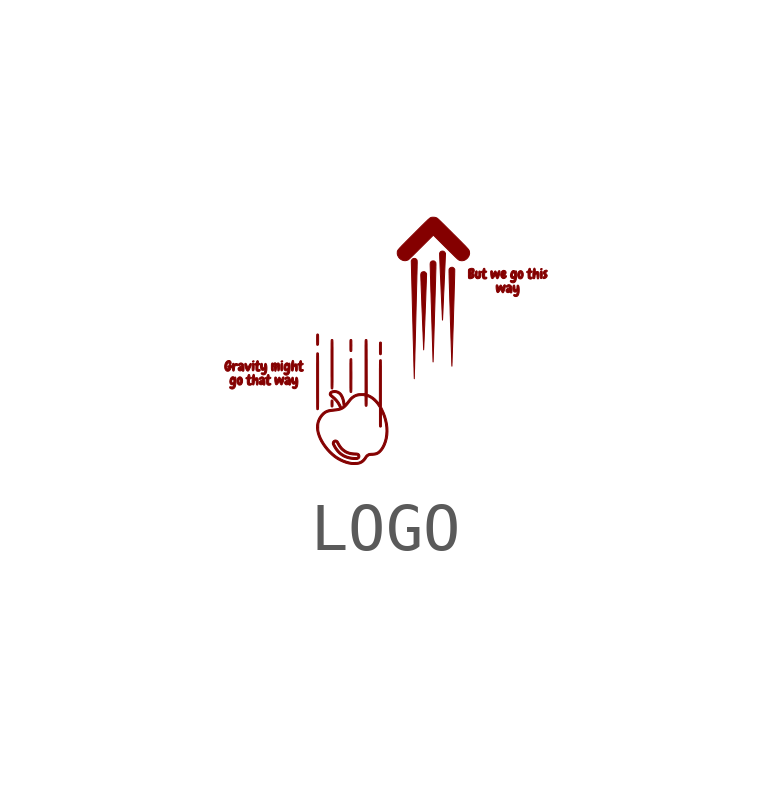
<source format=kicad_sym>
(kicad_symbol_lib
  (version 20220914)
  (generator "bitmap2component")
  (generator_version "9.0")
  (symbol "LOGO"
    (pin_names
      (offset 1.016))
    (property "Reference" "#G"
      (at 0 6.476 0)
      (effects (font (size 1.27 1.27)) hide))
    (symbol "LOGO_0_0"
      (polyline (pts (xy -1.089 -2.58) (xy -1.051 -2.578) (xy -1.017 -2.571) (xy -0.988 -2.561) (xy -0.961 -2.547) (xy -0.935 -2.529) (xy -0.926 -2.522) (xy -0.903 -2.499) (xy -0.882 -2.473) (xy -0.866 -2.448) (xy -0.86 -2.438) (xy -0.845 -2.421) (xy -0.828 -2.407) (xy -0.812 -2.397) (xy -0.811 -2.397) (xy -0.799 -2.394) (xy -0.781 -2.392) (xy -0.759 -2.39) (xy -0.744 -2.39) (xy -0.706 -2.386) (xy -0.673 -2.381) (xy -0.645 -2.372) (xy -0.619 -2.359) (xy -0.595 -2.342) (xy -0.572 -2.321) (xy -0.567 -2.316) (xy -0.533 -2.276) (xy -0.504 -2.23) (xy -0.478 -2.178) (xy -0.456 -2.119) (xy -0.454 -2.114) (xy -0.435 -2.042) (xy -0.423 -1.969) (xy -0.419 -1.894) (xy -0.421 -1.818) (xy -0.43 -1.74) (xy -0.446 -1.662) (xy -0.468 -1.583) (xy -0.498 -1.504) (xy -0.534 -1.425) (xy -0.556 -1.382) (xy -0.556 -0.895) (xy -0.556 -0.858) (xy -0.556 -0.788) (xy -0.556 -0.725) (xy -0.556 -0.668) (xy -0.556 -0.618) (xy -0.556 -0.574) (xy -0.556 -0.536) (xy -0.557 -0.503) (xy -0.557 -0.476) (xy -0.557 -0.454) (xy -0.558 -0.436) (xy -0.558 -0.422) (xy -0.559 -0.412) (xy -0.559 -0.407) (xy -0.56 -0.404) (xy -0.561 -0.403) (xy -0.571 -0.4) (xy -0.582 -0.401) (xy -0.59 -0.407) (xy -0.591 -0.407) (xy -0.592 -0.409) (xy -0.592 -0.412) (xy -0.593 -0.417) (xy -0.594 -0.423) (xy -0.594 -0.432) (xy -0.595 -0.444) (xy -0.595 -0.459) (xy -0.595 -0.477) (xy -0.596 -0.499) (xy -0.596 -0.526) (xy -0.596 -0.557) (xy -0.597 -0.593) (xy -0.597 -0.635) (xy -0.597 -0.683) (xy -0.597 -0.737) (xy -0.597 -0.797) (xy -0.597 -0.864) (xy -0.598 -1.315) (xy -0.624 -1.283) (xy -0.642 -1.262) (xy -0.683 -1.219) (xy -0.726 -1.184) (xy -0.771 -1.155) (xy -0.819 -1.131) (xy -0.85 -1.119) (xy -0.852 -0.553) (xy -0.852 -0.48) (xy -0.852 -0.411) (xy -0.853 -0.349) (xy -0.853 -0.293) (xy -0.853 -0.244) (xy -0.853 -0.2) (xy -0.854 -0.161) (xy -0.854 -0.128) (xy -0.854 -0.098) (xy -0.854 -0.074) (xy -0.855 -0.053) (xy -0.855 -0.035) (xy -0.855 -0.021) (xy -0.856 -0.01) (xy -0.856 -0.002) (xy -0.857 0.005) (xy -0.858 0.01) (xy -0.858 0.013) (xy -0.859 0.015) (xy -0.86 0.016) (xy -0.861 0.017) (xy -0.867 0.021) (xy -0.878 0.021) (xy -0.889 0.015) (xy -0.889 0.015) (xy -0.89 0.014) (xy -0.891 0.012) (xy -0.892 0.01) (xy -0.892 0.007) (xy -0.893 0.002) (xy -0.894 -0.004) (xy -0.894 -0.012) (xy -0.895 -0.023) (xy -0.895 -0.037) (xy -0.895 -0.054) (xy -0.895 -0.074) (xy -0.896 -0.098) (xy -0.896 -0.127) (xy -0.896 -0.16) (xy -0.896 -0.198) (xy -0.896 -0.241) (xy -0.896 -0.29) (xy -0.896 -0.345) (xy -0.896 -0.406) (xy -0.896 -0.474) (xy -0.896 -0.549) (xy -0.896 -1.105) (xy -0.964 -1.106) (xy -0.99 -1.106) (xy -1.009 -1.106) (xy -1.025 -1.107) (xy -1.038 -1.109) (xy -1.049 -1.111) (xy -1.061 -1.114) (xy -1.093 -1.125) (xy -1.133 -1.144) (xy -1.17 -1.169) (xy -1.179 -1.176) (xy -1.189 -1.185) (xy -1.199 -1.194) (xy -1.209 -1.205) (xy -1.221 -1.218) (xy -1.234 -1.235) (xy -1.25 -1.255) (xy -1.27 -1.281) (xy -1.279 -1.292) (xy -1.292 -1.309) (xy -1.302 -1.32) (xy -1.308 -1.325) (xy -1.311 -1.325) (xy -1.312 -1.322) (xy -1.315 -1.312) (xy -1.317 -1.3) (xy -1.319 -1.286) (xy -1.324 -1.259) (xy -1.331 -1.231) (xy -1.339 -1.203) (xy -1.348 -1.179) (xy -1.355 -1.164) (xy -1.374 -1.128) (xy -1.396 -1.099) (xy -1.422 -1.076) (xy -1.452 -1.058) (xy -1.486 -1.047) (xy -1.502 -1.044) (xy -1.53 -1.041) (xy -1.558 -1.043) (xy -1.583 -1.049) (xy -1.604 -1.058) (xy -1.622 -1.071) (xy -1.633 -1.086) (xy -1.638 -1.099) (xy -1.641 -1.117) (xy -1.641 -1.119) (xy -1.598 -1.119) (xy -1.598 -1.109) (xy -1.592 -1.099) (xy -1.579 -1.092) (xy -1.56 -1.086) (xy -1.537 -1.083) (xy -1.534 -1.082) (xy -1.506 -1.084) (xy -1.478 -1.092) (xy -1.452 -1.105) (xy -1.438 -1.117) (xy -1.418 -1.138) (xy -1.401 -1.166) (xy -1.385 -1.2) (xy -1.372 -1.239) (xy -1.362 -1.282) (xy -1.355 -1.328) (xy -1.355 -1.332) (xy -1.353 -1.349) (xy -1.353 -1.361) (xy -1.353 -1.368) (xy -1.355 -1.372) (xy -1.356 -1.373) (xy -1.363 -1.378) (xy -1.372 -1.385) (xy -1.385 -1.392) (xy -1.394 -1.367) (xy -1.411 -1.331) (xy -1.439 -1.284) (xy -1.473 -1.239) (xy -1.513 -1.196) (xy -1.558 -1.156) (xy -1.56 -1.155) (xy -1.574 -1.143) (xy -1.586 -1.132) (xy -1.595 -1.123) (xy -1.598 -1.119) (xy -1.641 -1.119) (xy -1.638 -1.133) (xy -1.629 -1.149) (xy -1.613 -1.166) (xy -1.591 -1.185) (xy -1.546 -1.223) (xy -1.505 -1.266) (xy -1.471 -1.313) (xy -1.442 -1.364) (xy -1.441 -1.368) (xy -1.433 -1.384) (xy -1.429 -1.395) (xy -1.427 -1.402) (xy -1.427 -1.406) (xy -1.429 -1.409) (xy -1.431 -1.41) (xy -1.441 -1.412) (xy -1.457 -1.415) (xy -1.478 -1.419) (xy -1.503 -1.423) (xy -1.531 -1.426) (xy -1.561 -1.429) (xy -1.586 -1.432) (xy -1.61 -1.435) (xy -1.632 -1.438) (xy -1.65 -1.442) (xy -1.662 -1.444) (xy -1.701 -1.458) (xy -1.742 -1.48) (xy -1.778 -1.508) (xy -1.811 -1.543) (xy -1.825 -1.561) (xy -1.856 -1.608) (xy -1.879 -1.657) (xy -1.895 -1.708) (xy -1.905 -1.761) (xy -1.906 -1.806) (xy -1.861 -1.806) (xy -1.861 -1.782) (xy -1.86 -1.762) (xy -1.859 -1.746) (xy -1.858 -1.733) (xy -1.856 -1.721) (xy -1.853 -1.709) (xy -1.843 -1.679) (xy -1.825 -1.641) (xy -1.804 -1.604) (xy -1.779 -1.571) (xy -1.752 -1.542) (xy -1.724 -1.518) (xy -1.72 -1.516) (xy -1.702 -1.505) (xy -1.683 -1.496) (xy -1.662 -1.489) (xy -1.637 -1.483) (xy -1.608 -1.477) (xy -1.573 -1.473) (xy -1.532 -1.468) (xy -1.497 -1.464) (xy -1.453 -1.457) (xy -1.415 -1.448) (xy -1.381 -1.435) (xy -1.349 -1.418) (xy -1.32 -1.397) (xy -1.292 -1.371) (xy -1.263 -1.34) (xy -1.233 -1.302) (xy -1.228 -1.294) (xy -1.213 -1.276) (xy -1.199 -1.257) (xy -1.186 -1.242) (xy -1.176 -1.231) (xy -1.173 -1.227) (xy -1.152 -1.208) (xy -1.127 -1.189) (xy -1.103 -1.174) (xy -1.079 -1.163) (xy -1.067 -1.159) (xy -1.04 -1.153) (xy -1.009 -1.148) (xy -0.977 -1.146) (xy -0.948 -1.146) (xy -0.942 -1.146) (xy -0.928 -1.147) (xy -0.917 -1.147) (xy -0.909 -1.149) (xy -0.904 -1.153) (xy -0.9 -1.159) (xy -0.898 -1.168) (xy -0.896 -1.182) (xy -0.896 -1.201) (xy -0.896 -1.225) (xy -0.896 -1.256) (xy -0.895 -1.275) (xy -0.895 -1.302) (xy -0.895 -1.322) (xy -0.894 -1.337) (xy -0.893 -1.348) (xy -0.892 -1.356) (xy -0.891 -1.36) (xy -0.889 -1.363) (xy -0.887 -1.365) (xy -0.883 -1.367) (xy -0.872 -1.37) (xy -0.861 -1.365) (xy -0.86 -1.364) (xy -0.858 -1.362) (xy -0.857 -1.359) (xy -0.855 -1.353) (xy -0.855 -1.344) (xy -0.854 -1.332) (xy -0.853 -1.314) (xy -0.853 -1.291) (xy -0.853 -1.262) (xy -0.852 -1.163) (xy -0.834 -1.17) (xy -0.804 -1.184) (xy -0.763 -1.209) (xy -0.723 -1.241) (xy -0.684 -1.278) (xy -0.647 -1.321) (xy -0.614 -1.369) (xy -0.596 -1.396) (xy -0.596 -1.592) (xy -0.596 -1.606) (xy -0.596 -1.647) (xy -0.596 -1.681) (xy -0.596 -1.71) (xy -0.596 -1.733) (xy -0.596 -1.751) (xy -0.595 -1.765) (xy -0.595 -1.776) (xy -0.594 -1.783) (xy -0.593 -1.789) (xy -0.592 -1.792) (xy -0.591 -1.794) (xy -0.589 -1.796) (xy -0.582 -1.802) (xy -0.574 -1.803) (xy -0.564 -1.798) (xy -0.556 -1.792) (xy -0.555 -1.636) (xy -0.555 -1.48) (xy -0.547 -1.494) (xy -0.542 -1.506) (xy -0.534 -1.525) (xy -0.525 -1.548) (xy -0.516 -1.572) (xy -0.507 -1.597) (xy -0.5 -1.621) (xy -0.493 -1.643) (xy -0.49 -1.654) (xy -0.473 -1.732) (xy -0.463 -1.808) (xy -0.46 -1.883) (xy -0.465 -1.957) (xy -0.476 -2.032) (xy -0.48 -2.052) (xy -0.494 -2.101) (xy -0.511 -2.148) (xy -0.53 -2.191) (xy -0.552 -2.23) (xy -0.576 -2.264) (xy -0.602 -2.293) (xy -0.628 -2.315) (xy -0.635 -2.32) (xy -0.653 -2.33) (xy -0.672 -2.337) (xy -0.694 -2.342) (xy -0.72 -2.346) (xy -0.752 -2.348) (xy -0.756 -2.348) (xy -0.777 -2.349) (xy -0.793 -2.35) (xy -0.805 -2.352) (xy -0.815 -2.354) (xy -0.824 -2.357) (xy -0.833 -2.362) (xy -0.848 -2.37) (xy -0.869 -2.384) (xy -0.886 -2.404) (xy -0.903 -2.429) (xy -0.909 -2.439) (xy -0.933 -2.47) (xy -0.96 -2.496) (xy -0.991 -2.516) (xy -1.022 -2.53) (xy -1.026 -2.531) (xy -1.037 -2.534) (xy -1.049 -2.536) (xy -1.064 -2.538) (xy -1.083 -2.538) (xy -1.107 -2.539) (xy -1.121 -2.539) (xy -1.141 -2.539) (xy -1.158 -2.539) (xy -1.171 -2.539) (xy -1.178 -2.538) (xy -1.224 -2.529) (xy -1.291 -2.51) (xy -1.355 -2.486) (xy -1.416 -2.456) (xy -1.476 -2.42) (xy -1.507 -2.399) (xy -1.56 -2.356) (xy -1.61 -2.309) (xy -1.658 -2.258) (xy -1.702 -2.203) (xy -1.743 -2.147) (xy -1.778 -2.088) (xy -1.809 -2.029) (xy -1.833 -1.97) (xy -1.851 -1.913) (xy -1.853 -1.905) (xy -1.856 -1.891) (xy -1.858 -1.878) (xy -1.86 -1.865) (xy -1.861 -1.85) (xy -1.861 -1.83) (xy -1.861 -1.806) (xy -1.906 -1.806) (xy -1.907 -1.816) (xy -1.901 -1.873) (xy -1.889 -1.931) (xy -1.889 -1.931) (xy -1.87 -1.99) (xy -1.845 -2.05) (xy -1.814 -2.111) (xy -1.777 -2.17) (xy -1.736 -2.228) (xy -1.691 -2.284) (xy -1.642 -2.337) (xy -1.591 -2.385) (xy -1.538 -2.429) (xy -1.483 -2.467) (xy -1.47 -2.475) (xy -1.415 -2.505) (xy -1.358 -2.531) (xy -1.299 -2.553) (xy -1.24 -2.569) (xy -1.183 -2.579) (xy -1.182 -2.579) (xy -1.173 -2.58) (xy -1.158 -2.58) (xy -1.14 -2.581) (xy -1.12 -2.581) (xy -1.089 -2.58)) (stroke (width 0.01) (type default)) (fill (type outline)))
      (polyline (pts (xy -1.87 -1.433) (xy -1.87 -1.433) (xy -1.869 -1.432) (xy -1.868 -1.43) (xy -1.867 -1.428) (xy -1.867 -1.424) (xy -1.866 -1.419) (xy -1.866 -1.412) (xy -1.865 -1.403) (xy -1.865 -1.391) (xy -1.864 -1.376) (xy -1.864 -1.359) (xy -1.864 -1.337) (xy -1.864 -1.312) (xy -1.863 -1.282) (xy -1.863 -1.248) (xy -1.863 -1.208) (xy -1.863 -1.164) (xy -1.863 -1.114) (xy -1.863 -1.057) (xy -1.863 -0.995) (xy -1.863 -0.925) (xy -1.863 -0.849) (xy -1.863 -0.834) (xy -1.863 -0.758) (xy -1.863 -0.69) (xy -1.863 -0.627) (xy -1.863 -0.572) (xy -1.863 -0.522) (xy -1.863 -0.478) (xy -1.863 -0.439) (xy -1.864 -0.405) (xy -1.864 -0.376) (xy -1.864 -0.351) (xy -1.864 -0.33) (xy -1.865 -0.313) (xy -1.865 -0.299) (xy -1.866 -0.288) (xy -1.866 -0.279) (xy -1.867 -0.273) (xy -1.867 -0.268) (xy -1.868 -0.265) (xy -1.869 -0.264) (xy -1.874 -0.259) (xy -1.884 -0.256) (xy -1.897 -0.259) (xy -1.897 -0.26) (xy -1.898 -0.26) (xy -1.899 -0.262) (xy -1.899 -0.264) (xy -1.9 -0.267) (xy -1.901 -0.272) (xy -1.901 -0.279) (xy -1.902 -0.288) (xy -1.902 -0.3) (xy -1.902 -0.315) (xy -1.903 -0.333) (xy -1.903 -0.355) (xy -1.903 -0.381) (xy -1.903 -0.411) (xy -1.903 -0.446) (xy -1.904 -0.485) (xy -1.904 -0.53) (xy -1.904 -0.581) (xy -1.904 -0.638) (xy -1.904 -0.701) (xy -1.904 -0.771) (xy -1.904 -0.848) (xy -1.904 -0.891) (xy -1.904 -0.964) (xy -1.904 -1.031) (xy -1.904 -1.09) (xy -1.904 -1.144) (xy -1.904 -1.192) (xy -1.903 -1.234) (xy -1.903 -1.271) (xy -1.903 -1.303) (xy -1.903 -1.331) (xy -1.903 -1.355) (xy -1.903 -1.374) (xy -1.902 -1.391) (xy -1.902 -1.404) (xy -1.901 -1.414) (xy -1.901 -1.422) (xy -1.9 -1.428) (xy -1.9 -1.432) (xy -1.899 -1.434) (xy -1.898 -1.436) (xy -1.897 -1.437) (xy -1.893 -1.439) (xy -1.881 -1.44) (xy -1.87 -1.433)) (stroke (width 0.01) (type default)) (fill (type outline)))
      (polyline (pts (xy -1.579 -1.384) (xy -1.571 -1.379) (xy -1.569 -1.377) (xy -1.566 -1.374) (xy -1.565 -1.37) (xy -1.564 -1.362) (xy -1.563 -1.351) (xy -1.563 -1.334) (xy -1.563 -1.311) (xy -1.563 -1.291) (xy -1.563 -1.274) (xy -1.564 -1.261) (xy -1.565 -1.253) (xy -1.566 -1.248) (xy -1.568 -1.245) (xy -1.571 -1.243) (xy -1.578 -1.239) (xy -1.588 -1.238) (xy -1.597 -1.243) (xy -1.598 -1.244) (xy -1.6 -1.247) (xy -1.602 -1.252) (xy -1.603 -1.26) (xy -1.603 -1.271) (xy -1.604 -1.288) (xy -1.604 -1.311) (xy -1.604 -1.331) (xy -1.603 -1.349) (xy -1.603 -1.361) (xy -1.602 -1.369) (xy -1.601 -1.374) (xy -1.599 -1.377) (xy -1.595 -1.379) (xy -1.589 -1.383) (xy -1.583 -1.385) (xy -1.579 -1.384)) (stroke (width 0.01) (type default)) (fill (type outline)))
      (polyline (pts (xy -1.176 -1.076) (xy -1.175 -1.075) (xy -1.175 -1.072) (xy -1.174 -1.068) (xy -1.173 -1.062) (xy -1.173 -1.053) (xy -1.172 -1.041) (xy -1.172 -1.026) (xy -1.171 -1.007) (xy -1.171 -0.984) (xy -1.171 -0.955) (xy -1.171 -0.922) (xy -1.171 -0.883) (xy -1.171 -0.838) (xy -1.17 -0.787) (xy -1.17 -0.728) (xy -1.17 -0.726) (xy -1.17 -0.665) (xy -1.171 -0.611) (xy -1.171 -0.563) (xy -1.171 -0.522) (xy -1.171 -0.487) (xy -1.171 -0.458) (xy -1.172 -0.434) (xy -1.172 -0.415) (xy -1.173 -0.401) (xy -1.173 -0.391) (xy -1.174 -0.385) (xy -1.175 -0.382) (xy -1.175 -0.382) (xy -1.184 -0.378) (xy -1.195 -0.379) (xy -1.204 -0.384) (xy -1.205 -0.385) (xy -1.206 -0.387) (xy -1.207 -0.39) (xy -1.208 -0.394) (xy -1.209 -0.4) (xy -1.209 -0.409) (xy -1.21 -0.421) (xy -1.21 -0.435) (xy -1.21 -0.454) (xy -1.211 -0.477) (xy -1.211 -0.505) (xy -1.211 -0.537) (xy -1.211 -0.576) (xy -1.211 -0.62) (xy -1.211 -0.671) (xy -1.211 -0.729) (xy -1.211 -0.734) (xy -1.211 -0.791) (xy -1.211 -0.842) (xy -1.211 -0.886) (xy -1.211 -0.924) (xy -1.211 -0.957) (xy -1.211 -0.984) (xy -1.21 -1.007) (xy -1.21 -1.025) (xy -1.21 -1.04) (xy -1.209 -1.052) (xy -1.208 -1.06) (xy -1.208 -1.066) (xy -1.207 -1.07) (xy -1.206 -1.073) (xy -1.205 -1.075) (xy -1.197 -1.08) (xy -1.186 -1.081) (xy -1.176 -1.076)) (stroke (width 0.01) (type default)) (fill (type outline)))
      (polyline (pts (xy -3.653 -1.01) (xy -3.633 -1.003) (xy -3.633 -1.003) (xy -3.62 -0.994) (xy -3.609 -0.982) (xy -3.6 -0.966) (xy -3.594 -0.946) (xy -3.589 -0.92) (xy -3.585 -0.887) (xy -3.584 -0.872) (xy -3.583 -0.849) (xy -3.582 -0.827) (xy -3.582 -0.809) (xy -3.583 -0.805) (xy -3.585 -0.783) (xy -3.589 -0.768) (xy -3.594 -0.76) (xy -3.601 -0.76) (xy -3.609 -0.766) (xy -3.611 -0.768) (xy -3.615 -0.771) (xy -3.619 -0.769) (xy -3.626 -0.762) (xy -3.629 -0.76) (xy -3.639 -0.753) (xy -3.65 -0.753) (xy -3.665 -0.757) (xy -3.672 -0.761) (xy -3.685 -0.773) (xy -3.696 -0.789) (xy -3.704 -0.809) (xy -3.709 -0.83) (xy -3.711 -0.844) (xy -3.673 -0.844) (xy -3.67 -0.829) (xy -3.664 -0.816) (xy -3.656 -0.807) (xy -3.646 -0.804) (xy -3.642 -0.804) (xy -3.634 -0.811) (xy -3.629 -0.821) (xy -3.627 -0.835) (xy -3.627 -0.849) (xy -3.629 -0.862) (xy -3.635 -0.873) (xy -3.643 -0.879) (xy -3.654 -0.882) (xy -3.663 -0.878) (xy -3.669 -0.868) (xy -3.672 -0.859) (xy -3.673 -0.844) (xy -3.711 -0.844) (xy -3.712 -0.852) (xy -3.71 -0.873) (xy -3.706 -0.891) (xy -3.697 -0.906) (xy -3.685 -0.917) (xy -3.678 -0.919) (xy -3.663 -0.922) (xy -3.648 -0.921) (xy -3.637 -0.918) (xy -3.635 -0.917) (xy -3.631 -0.917) (xy -3.63 -0.922) (xy -3.63 -0.923) (xy -3.633 -0.936) (xy -3.639 -0.95) (xy -3.648 -0.961) (xy -3.652 -0.964) (xy -3.66 -0.966) (xy -3.671 -0.965) (xy -3.674 -0.965) (xy -3.688 -0.963) (xy -3.7 -0.962) (xy -3.702 -0.962) (xy -3.709 -0.962) (xy -3.713 -0.966) (xy -3.714 -0.975) (xy -3.714 -0.981) (xy -3.712 -0.989) (xy -3.705 -0.995) (xy -3.695 -1.001) (xy -3.683 -1.006) (xy -3.671 -1.01) (xy -3.653 -1.01)) (stroke (width 0.01) (type default)) (fill (type outline)))
      (polyline (pts (xy -1.574 -1.007) (xy -1.572 -1.006) (xy -1.571 -1.003) (xy -1.569 -0.999) (xy -1.568 -0.993) (xy -1.567 -0.984) (xy -1.566 -0.973) (xy -1.565 -0.958) (xy -1.565 -0.941) (xy -1.564 -0.919) (xy -1.564 -0.893) (xy -1.563 -0.863) (xy -1.563 -0.828) (xy -1.563 -0.787) (xy -1.563 -0.741) (xy -1.563 -0.689) (xy -1.563 -0.631) (xy -1.563 -0.566) (xy -1.563 -0.493) (xy -1.563 -0.459) (xy -1.563 -0.391) (xy -1.563 -0.329) (xy -1.563 -0.275) (xy -1.563 -0.226) (xy -1.563 -0.184) (xy -1.563 -0.146) (xy -1.564 -0.114) (xy -1.564 -0.086) (xy -1.564 -0.063) (xy -1.564 -0.043) (xy -1.565 -0.028) (xy -1.565 -0.015) (xy -1.566 -0.005) (xy -1.566 0.003) (xy -1.567 0.008) (xy -1.567 0.012) (xy -1.568 0.014) (xy -1.569 0.015) (xy -1.576 0.02) (xy -1.586 0.022) (xy -1.597 0.016) (xy -1.597 0.016) (xy -1.598 0.015) (xy -1.599 0.013) (xy -1.6 0.009) (xy -1.601 0.005) (xy -1.601 -0.002) (xy -1.602 -0.01) (xy -1.602 -0.021) (xy -1.602 -0.036) (xy -1.603 -0.053) (xy -1.603 -0.074) (xy -1.603 -0.1) (xy -1.603 -0.129) (xy -1.603 -0.164) (xy -1.604 -0.204) (xy -1.604 -0.249) (xy -1.604 -0.3) (xy -1.604 -0.357) (xy -1.604 -0.422) (xy -1.604 -0.493) (xy -1.604 -0.494) (xy -1.604 -0.566) (xy -1.604 -0.63) (xy -1.604 -0.688) (xy -1.604 -0.74) (xy -1.603 -0.785) (xy -1.603 -0.825) (xy -1.603 -0.86) (xy -1.603 -0.89) (xy -1.603 -0.915) (xy -1.603 -0.936) (xy -1.602 -0.954) (xy -1.602 -0.968) (xy -1.601 -0.979) (xy -1.601 -0.987) (xy -1.6 -0.994) (xy -1.599 -0.998) (xy -1.599 -1) (xy -1.598 -1.002) (xy -1.593 -1.005) (xy -1.583 -1.007) (xy -1.581 -1.008) (xy -1.579 -1.008) (xy -1.576 -1.008) (xy -1.574 -1.007)) (stroke (width 0.01) (type default)) (fill (type outline)))
      (polyline (pts (xy -2.357 -1.003) (xy -2.339 -0.998) (xy -2.324 -0.987) (xy -2.312 -0.97) (xy -2.303 -0.946) (xy -2.297 -0.915) (xy -2.294 -0.878) (xy -2.293 -0.853) (xy -2.295 -0.826) (xy -2.299 -0.802) (xy -2.304 -0.784) (xy -2.312 -0.772) (xy -2.314 -0.769) (xy -2.323 -0.764) (xy -2.33 -0.765) (xy -2.336 -0.774) (xy -2.341 -0.79) (xy -2.343 -0.813) (xy -2.344 -0.82) (xy -2.347 -0.839) (xy -2.351 -0.851) (xy -2.358 -0.857) (xy -2.366 -0.859) (xy -2.374 -0.857) (xy -2.381 -0.849) (xy -2.384 -0.834) (xy -2.385 -0.813) (xy -2.385 -0.809) (xy -2.387 -0.789) (xy -2.39 -0.775) (xy -2.396 -0.767) (xy -2.404 -0.764) (xy -2.405 -0.764) (xy -2.411 -0.764) (xy -2.416 -0.768) (xy -2.421 -0.778) (xy -2.425 -0.794) (xy -2.428 -0.814) (xy -2.428 -0.836) (xy -2.426 -0.857) (xy -2.421 -0.875) (xy -2.415 -0.887) (xy -2.403 -0.902) (xy -2.39 -0.909) (xy -2.374 -0.91) (xy -2.359 -0.904) (xy -2.343 -0.891) (xy -2.333 -0.88) (xy -2.335 -0.9) (xy -2.337 -0.912) (xy -2.341 -0.932) (xy -2.346 -0.947) (xy -2.353 -0.958) (xy -2.358 -0.964) (xy -2.363 -0.966) (xy -2.37 -0.966) (xy -2.381 -0.963) (xy -2.393 -0.961) (xy -2.401 -0.961) (xy -2.406 -0.963) (xy -2.408 -0.965) (xy -2.411 -0.973) (xy -2.409 -0.983) (xy -2.401 -0.992) (xy -2.389 -1) (xy -2.386 -1) (xy -2.376 -1.002) (xy -2.363 -1.003) (xy -2.357 -1.003)) (stroke (width 0.01) (type default)) (fill (type outline)))
      (polyline (pts (xy -3.273 -0.928) (xy -3.262 -0.921) (xy -3.257 -0.912) (xy -3.257 -0.9) (xy -3.257 -0.9) (xy -3.26 -0.895) (xy -3.267 -0.893) (xy -3.278 -0.893) (xy -3.289 -0.892) (xy -3.296 -0.889) (xy -3.301 -0.882) (xy -3.303 -0.871) (xy -3.304 -0.853) (xy -3.304 -0.847) (xy -3.303 -0.828) (xy -3.301 -0.814) (xy -3.299 -0.805) (xy -3.294 -0.8) (xy -3.288 -0.798) (xy -3.285 -0.797) (xy -3.271 -0.792) (xy -3.263 -0.785) (xy -3.26 -0.777) (xy -3.262 -0.77) (xy -3.27 -0.765) (xy -3.285 -0.763) (xy -3.296 -0.763) (xy -3.295 -0.741) (xy -3.295 -0.731) (xy -3.298 -0.718) (xy -3.304 -0.71) (xy -3.313 -0.707) (xy -3.317 -0.708) (xy -3.326 -0.715) (xy -3.332 -0.727) (xy -3.336 -0.744) (xy -3.337 -0.751) (xy -3.339 -0.759) (xy -3.345 -0.763) (xy -3.355 -0.767) (xy -3.36 -0.769) (xy -3.37 -0.774) (xy -3.376 -0.779) (xy -3.377 -0.782) (xy -3.377 -0.79) (xy -3.37 -0.796) (xy -3.359 -0.799) (xy -3.346 -0.8) (xy -3.348 -0.843) (xy -3.348 -0.845) (xy -3.348 -0.872) (xy -3.346 -0.893) (xy -3.342 -0.908) (xy -3.335 -0.919) (xy -3.325 -0.926) (xy -3.312 -0.93) (xy -3.307 -0.931) (xy -3.288 -0.931) (xy -3.273 -0.928)) (stroke (width 0.01) (type default)) (fill (type outline)))
      (polyline (pts (xy -2.876 -0.929) (xy -2.864 -0.923) (xy -2.863 -0.923) (xy -2.857 -0.916) (xy -2.856 -0.906) (xy -2.857 -0.901) (xy -2.859 -0.896) (xy -2.864 -0.894) (xy -2.875 -0.893) (xy -2.883 -0.892) (xy -2.893 -0.89) (xy -2.899 -0.884) (xy -2.902 -0.874) (xy -2.903 -0.86) (xy -2.901 -0.839) (xy -2.898 -0.803) (xy -2.88 -0.796) (xy -2.869 -0.791) (xy -2.859 -0.784) (xy -2.856 -0.777) (xy -2.856 -0.775) (xy -2.861 -0.769) (xy -2.87 -0.765) (xy -2.881 -0.763) (xy -2.895 -0.763) (xy -2.893 -0.745) (xy -2.893 -0.739) (xy -2.895 -0.725) (xy -2.899 -0.714) (xy -2.906 -0.708) (xy -2.915 -0.708) (xy -2.924 -0.714) (xy -2.926 -0.718) (xy -2.93 -0.729) (xy -2.934 -0.742) (xy -2.936 -0.75) (xy -2.938 -0.758) (xy -2.942 -0.763) (xy -2.949 -0.765) (xy -2.958 -0.768) (xy -2.967 -0.774) (xy -2.975 -0.78) (xy -2.978 -0.785) (xy -2.978 -0.786) (xy -2.974 -0.793) (xy -2.965 -0.798) (xy -2.956 -0.8) (xy -2.945 -0.8) (xy -2.946 -0.849) (xy -2.946 -0.866) (xy -2.945 -0.887) (xy -2.942 -0.903) (xy -2.938 -0.914) (xy -2.93 -0.921) (xy -2.92 -0.927) (xy -2.906 -0.931) (xy -2.904 -0.931) (xy -2.891 -0.931) (xy -2.876 -0.929)) (stroke (width 0.01) (type default)) (fill (type outline)))
      (polyline (pts (xy -3.489 -0.926) (xy -3.477 -0.92) (xy -3.471 -0.916) (xy -3.464 -0.905) (xy -3.457 -0.893) (xy -3.455 -0.89) (xy -3.451 -0.879) (xy -3.448 -0.869) (xy -3.447 -0.856) (xy -3.446 -0.839) (xy -3.446 -0.835) (xy -3.447 -0.819) (xy -3.448 -0.807) (xy -3.451 -0.798) (xy -3.456 -0.789) (xy -3.459 -0.783) (xy -3.472 -0.768) (xy -3.487 -0.759) (xy -3.502 -0.755) (xy -3.511 -0.757) (xy -3.526 -0.764) (xy -3.54 -0.776) (xy -3.551 -0.792) (xy -3.559 -0.811) (xy -3.562 -0.826) (xy -3.563 -0.844) (xy -3.52 -0.844) (xy -3.52 -0.842) (xy -3.519 -0.824) (xy -3.514 -0.811) (xy -3.508 -0.803) (xy -3.501 -0.801) (xy -3.5 -0.801) (xy -3.494 -0.806) (xy -3.489 -0.817) (xy -3.487 -0.831) (xy -3.486 -0.847) (xy -3.487 -0.863) (xy -3.491 -0.876) (xy -3.492 -0.878) (xy -3.498 -0.887) (xy -3.504 -0.888) (xy -3.51 -0.884) (xy -3.515 -0.875) (xy -3.519 -0.862) (xy -3.52 -0.844) (xy -3.563 -0.844) (xy -3.563 -0.846) (xy -3.562 -0.866) (xy -3.559 -0.882) (xy -3.553 -0.895) (xy -3.544 -0.908) (xy -3.534 -0.919) (xy -3.525 -0.926) (xy -3.518 -0.928) (xy -3.504 -0.928) (xy -3.489 -0.926)) (stroke (width 0.01) (type default)) (fill (type outline)))
      (polyline (pts (xy -3.135 -0.927) (xy -3.133 -0.925) (xy -3.128 -0.919) (xy -3.125 -0.91) (xy -3.123 -0.897) (xy -3.121 -0.878) (xy -3.121 -0.854) (xy -3.121 -0.854) (xy -3.121 -0.832) (xy -3.121 -0.816) (xy -3.122 -0.804) (xy -3.124 -0.796) (xy -3.127 -0.79) (xy -3.127 -0.789) (xy -3.133 -0.781) (xy -3.139 -0.776) (xy -3.151 -0.774) (xy -3.167 -0.776) (xy -3.183 -0.783) (xy -3.196 -0.792) (xy -3.196 -0.761) (xy -3.196 -0.758) (xy -3.198 -0.735) (xy -3.201 -0.718) (xy -3.207 -0.707) (xy -3.215 -0.704) (xy -3.218 -0.704) (xy -3.225 -0.71) (xy -3.231 -0.723) (xy -3.236 -0.741) (xy -3.24 -0.765) (xy -3.242 -0.778) (xy -3.246 -0.819) (xy -3.248 -0.853) (xy -3.247 -0.88) (xy -3.244 -0.902) (xy -3.239 -0.916) (xy -3.231 -0.924) (xy -3.221 -0.925) (xy -3.217 -0.923) (xy -3.211 -0.917) (xy -3.207 -0.907) (xy -3.204 -0.891) (xy -3.201 -0.869) (xy -3.201 -0.86) (xy -3.198 -0.844) (xy -3.193 -0.833) (xy -3.187 -0.828) (xy -3.178 -0.826) (xy -3.173 -0.826) (xy -3.168 -0.829) (xy -3.165 -0.834) (xy -3.163 -0.843) (xy -3.162 -0.857) (xy -3.16 -0.877) (xy -3.16 -0.88) (xy -3.159 -0.898) (xy -3.157 -0.91) (xy -3.155 -0.918) (xy -3.151 -0.923) (xy -3.147 -0.927) (xy -3.141 -0.929) (xy -3.135 -0.927)) (stroke (width 0.01) (type default)) (fill (type outline)))
      (polyline (pts (xy -2.99 -0.927) (xy -2.984 -0.921) (xy -2.981 -0.91) (xy -2.978 -0.894) (xy -2.978 -0.872) (xy -2.978 -0.855) (xy -2.981 -0.825) (xy -2.987 -0.8) (xy -2.995 -0.781) (xy -3.001 -0.774) (xy -3.014 -0.765) (xy -3.029 -0.758) (xy -3.043 -0.755) (xy -3.055 -0.758) (xy -3.07 -0.764) (xy -3.084 -0.772) (xy -3.094 -0.782) (xy -3.095 -0.784) (xy -3.099 -0.794) (xy -3.097 -0.803) (xy -3.091 -0.808) (xy -3.081 -0.809) (xy -3.068 -0.804) (xy -3.057 -0.799) (xy -3.043 -0.796) (xy -3.032 -0.798) (xy -3.025 -0.806) (xy -3.023 -0.81) (xy -3.023 -0.815) (xy -3.027 -0.819) (xy -3.035 -0.823) (xy -3.05 -0.828) (xy -3.061 -0.831) (xy -3.077 -0.841) (xy -3.091 -0.853) (xy -3.1 -0.865) (xy -3.104 -0.877) (xy -3.104 -0.878) (xy -3.057 -0.878) (xy -3.057 -0.873) (xy -3.052 -0.866) (xy -3.044 -0.859) (xy -3.035 -0.854) (xy -3.026 -0.852) (xy -3.025 -0.852) (xy -3.022 -0.857) (xy -3.022 -0.865) (xy -3.025 -0.873) (xy -3.029 -0.878) (xy -3.031 -0.878) (xy -3.041 -0.881) (xy -3.05 -0.881) (xy -3.057 -0.879) (xy -3.057 -0.878) (xy -3.104 -0.878) (xy -3.102 -0.89) (xy -3.095 -0.905) (xy -3.083 -0.915) (xy -3.068 -0.921) (xy -3.051 -0.921) (xy -3.034 -0.915) (xy -3.021 -0.908) (xy -3.014 -0.919) (xy -3.012 -0.922) (xy -3.006 -0.928) (xy -2.997 -0.929) (xy -2.99 -0.927)) (stroke (width 0.01) (type default)) (fill (type outline)))
      (polyline (pts (xy -2.457 -0.927) (xy -2.451 -0.92) (xy -2.447 -0.907) (xy -2.445 -0.887) (xy -2.446 -0.861) (xy -2.447 -0.839) (xy -2.451 -0.811) (xy -2.458 -0.79) (xy -2.468 -0.774) (xy -2.48 -0.765) (xy -2.494 -0.758) (xy -2.508 -0.755) (xy -2.512 -0.756) (xy -2.529 -0.759) (xy -2.543 -0.766) (xy -2.556 -0.775) (xy -2.564 -0.785) (xy -2.566 -0.795) (xy -2.565 -0.801) (xy -2.559 -0.809) (xy -2.55 -0.81) (xy -2.537 -0.805) (xy -2.533 -0.802) (xy -2.518 -0.797) (xy -2.506 -0.797) (xy -2.497 -0.801) (xy -2.494 -0.805) (xy -2.493 -0.812) (xy -2.494 -0.819) (xy -2.498 -0.822) (xy -2.505 -0.823) (xy -2.519 -0.828) (xy -2.534 -0.835) (xy -2.548 -0.843) (xy -2.558 -0.85) (xy -2.566 -0.86) (xy -2.57 -0.868) (xy -2.57 -0.876) (xy -2.525 -0.876) (xy -2.523 -0.871) (xy -2.517 -0.864) (xy -2.508 -0.857) (xy -2.499 -0.854) (xy -2.493 -0.852) (xy -2.49 -0.855) (xy -2.489 -0.862) (xy -2.49 -0.87) (xy -2.496 -0.878) (xy -2.499 -0.879) (xy -2.509 -0.881) (xy -2.519 -0.881) (xy -2.524 -0.877) (xy -2.525 -0.876) (xy -2.57 -0.876) (xy -2.57 -0.88) (xy -2.57 -0.891) (xy -2.566 -0.9) (xy -2.558 -0.91) (xy -2.55 -0.917) (xy -2.541 -0.921) (xy -2.529 -0.922) (xy -2.515 -0.92) (xy -2.501 -0.915) (xy -2.495 -0.911) (xy -2.489 -0.908) (xy -2.486 -0.909) (xy -2.485 -0.913) (xy -2.484 -0.917) (xy -2.479 -0.924) (xy -2.474 -0.927) (xy -2.464 -0.93) (xy -2.457 -0.927)) (stroke (width 0.01) (type default)) (fill (type outline)))
      (polyline (pts (xy -2.629 -0.922) (xy -2.62 -0.912) (xy -2.611 -0.896) (xy -2.603 -0.875) (xy -2.595 -0.849) (xy -2.588 -0.819) (xy -2.585 -0.801) (xy -2.583 -0.781) (xy -2.584 -0.767) (xy -2.588 -0.759) (xy -2.595 -0.757) (xy -2.605 -0.759) (xy -2.612 -0.764) (xy -2.62 -0.776) (xy -2.626 -0.795) (xy -2.631 -0.82) (xy -2.635 -0.849) (xy -2.646 -0.818) (xy -2.647 -0.814) (xy -2.656 -0.793) (xy -2.664 -0.777) (xy -2.673 -0.766) (xy -2.681 -0.763) (xy -2.688 -0.765) (xy -2.695 -0.774) (xy -2.704 -0.79) (xy -2.713 -0.813) (xy -2.714 -0.815) (xy -2.719 -0.828) (xy -2.723 -0.837) (xy -2.726 -0.842) (xy -2.726 -0.842) (xy -2.728 -0.839) (xy -2.729 -0.83) (xy -2.731 -0.817) (xy -2.734 -0.793) (xy -2.739 -0.775) (xy -2.747 -0.764) (xy -2.758 -0.76) (xy -2.758 -0.76) (xy -2.767 -0.761) (xy -2.773 -0.767) (xy -2.776 -0.777) (xy -2.777 -0.794) (xy -2.776 -0.817) (xy -2.774 -0.846) (xy -2.77 -0.87) (xy -2.766 -0.889) (xy -2.76 -0.906) (xy -2.759 -0.908) (xy -2.754 -0.917) (xy -2.748 -0.921) (xy -2.741 -0.922) (xy -2.731 -0.919) (xy -2.719 -0.909) (xy -2.706 -0.892) (xy -2.693 -0.868) (xy -2.679 -0.842) (xy -2.67 -0.874) (xy -2.669 -0.875) (xy -2.663 -0.892) (xy -2.656 -0.907) (xy -2.65 -0.916) (xy -2.649 -0.918) (xy -2.641 -0.923) (xy -2.634 -0.925) (xy -2.629 -0.922)) (stroke (width 0.01) (type default)) (fill (type outline)))
      (polyline (pts (xy 0.129 -0.791) (xy 0.129 -0.78) (xy 0.13 -0.763) (xy 0.131 -0.739) (xy 0.131 -0.709) (xy 0.132 -0.673) (xy 0.133 -0.632) (xy 0.135 -0.586) (xy 0.136 -0.536) (xy 0.137 -0.48) (xy 0.139 -0.421) (xy 0.141 -0.358) (xy 0.142 -0.292) (xy 0.144 -0.223) (xy 0.146 -0.15) (xy 0.148 -0.076) (xy 0.15 0.001) (xy 0.152 0.079) (xy 0.154 0.158) (xy 0.156 0.239) (xy 0.158 0.32) (xy 0.16 0.402) (xy 0.162 0.483) (xy 0.164 0.565) (xy 0.166 0.645) (xy 0.168 0.725) (xy 0.17 0.803) (xy 0.172 0.88) (xy 0.174 0.955) (xy 0.176 1.027) (xy 0.177 1.097) (xy 0.179 1.163) (xy 0.181 1.226) (xy 0.182 1.286) (xy 0.183 1.342) (xy 0.185 1.393) (xy 0.186 1.44) (xy 0.187 1.481) (xy 0.188 1.517) (xy 0.188 1.548) (xy 0.189 1.572) (xy 0.189 1.591) (xy 0.19 1.602) (xy 0.19 1.607) (xy 0.19 1.632) (xy 0.189 1.651) (xy 0.188 1.665) (xy 0.184 1.676) (xy 0.18 1.684) (xy 0.173 1.692) (xy 0.164 1.699) (xy 0.164 1.699) (xy 0.154 1.705) (xy 0.144 1.708) (xy 0.13 1.709) (xy 0.122 1.709) (xy 0.102 1.704) (xy 0.086 1.692) (xy 0.074 1.675) (xy 0.066 1.659) (xy 0.097 0.432) (xy 0.097 0.417) (xy 0.1 0.322) (xy 0.102 0.23) (xy 0.104 0.139) (xy 0.106 0.051) (xy 0.109 -0.034) (xy 0.111 -0.116) (xy 0.113 -0.194) (xy 0.115 -0.27) (xy 0.117 -0.341) (xy 0.118 -0.408) (xy 0.12 -0.47) (xy 0.121 -0.528) (xy 0.123 -0.582) (xy 0.124 -0.629) (xy 0.125 -0.672) (xy 0.126 -0.708) (xy 0.127 -0.739) (xy 0.128 -0.763) (xy 0.128 -0.78) (xy 0.129 -0.791) (xy 0.129 -0.795) (xy 0.129 -0.791)) (stroke (width 0.01) (type default)) (fill (type outline)))
      (polyline (pts (xy -2.509 -0.716) (xy -2.492 -0.704) (xy -2.478 -0.687) (xy -2.469 -0.665) (xy -2.463 -0.642) (xy -2.459 -0.612) (xy -2.457 -0.578) (xy -2.456 -0.541) (xy -2.456 -0.532) (xy -2.457 -0.506) (xy -2.459 -0.488) (xy -2.463 -0.476) (xy -2.468 -0.471) (xy -2.475 -0.472) (xy -2.484 -0.478) (xy -2.49 -0.483) (xy -2.492 -0.483) (xy -2.494 -0.478) (xy -2.499 -0.472) (xy -2.507 -0.467) (xy -2.523 -0.464) (xy -2.538 -0.468) (xy -2.551 -0.478) (xy -2.564 -0.492) (xy -2.574 -0.511) (xy -2.581 -0.534) (xy -2.584 -0.559) (xy -2.584 -0.559) (xy -2.546 -0.559) (xy -2.544 -0.545) (xy -2.539 -0.53) (xy -2.531 -0.52) (xy -2.521 -0.515) (xy -2.517 -0.516) (xy -2.508 -0.52) (xy -2.502 -0.53) (xy -2.499 -0.542) (xy -2.498 -0.556) (xy -2.501 -0.569) (xy -2.506 -0.581) (xy -2.514 -0.589) (xy -2.518 -0.59) (xy -2.53 -0.593) (xy -2.538 -0.588) (xy -2.544 -0.577) (xy -2.546 -0.559) (xy -2.584 -0.559) (xy -2.584 -0.581) (xy -2.58 -0.602) (xy -2.571 -0.618) (xy -2.557 -0.628) (xy -2.555 -0.629) (xy -2.539 -0.632) (xy -2.522 -0.632) (xy -2.507 -0.628) (xy -2.503 -0.627) (xy -2.502 -0.63) (xy -2.503 -0.638) (xy -2.508 -0.654) (xy -2.517 -0.668) (xy -2.529 -0.675) (xy -2.543 -0.676) (xy -2.558 -0.674) (xy -2.571 -0.672) (xy -2.579 -0.671) (xy -2.583 -0.672) (xy -2.586 -0.674) (xy -2.587 -0.678) (xy -2.588 -0.689) (xy -2.583 -0.701) (xy -2.571 -0.711) (xy -2.553 -0.719) (xy -2.548 -0.72) (xy -2.528 -0.721) (xy -2.509 -0.716)) (stroke (width 0.01) (type default)) (fill (type outline)))
      (polyline (pts (xy -2.999 -0.714) (xy -2.981 -0.707) (xy -2.966 -0.695) (xy -2.965 -0.693) (xy -2.956 -0.678) (xy -2.949 -0.658) (xy -2.944 -0.635) (xy -2.94 -0.609) (xy -2.939 -0.582) (xy -2.939 -0.555) (xy -2.941 -0.53) (xy -2.945 -0.509) (xy -2.951 -0.491) (xy -2.959 -0.48) (xy -2.963 -0.477) (xy -2.971 -0.475) (xy -2.978 -0.479) (xy -2.984 -0.489) (xy -2.988 -0.506) (xy -2.989 -0.527) (xy -2.989 -0.535) (xy -2.991 -0.548) (xy -2.993 -0.557) (xy -2.995 -0.56) (xy -3.003 -0.568) (xy -3.013 -0.569) (xy -3.022 -0.565) (xy -3.026 -0.561) (xy -3.028 -0.554) (xy -3.029 -0.544) (xy -3.03 -0.529) (xy -3.03 -0.515) (xy -3.032 -0.498) (xy -3.035 -0.487) (xy -3.039 -0.479) (xy -3.044 -0.475) (xy -3.051 -0.475) (xy -3.056 -0.476) (xy -3.064 -0.485) (xy -3.07 -0.499) (xy -3.073 -0.519) (xy -3.073 -0.544) (xy -3.07 -0.571) (xy -3.064 -0.593) (xy -3.054 -0.609) (xy -3.04 -0.619) (xy -3.022 -0.622) (xy -3.018 -0.622) (xy -3.007 -0.617) (xy -2.995 -0.607) (xy -2.978 -0.592) (xy -2.98 -0.608) (xy -2.983 -0.629) (xy -2.989 -0.651) (xy -2.996 -0.666) (xy -3.005 -0.675) (xy -3.017 -0.677) (xy -3.032 -0.674) (xy -3.042 -0.672) (xy -3.052 -0.674) (xy -3.058 -0.682) (xy -3.058 -0.69) (xy -3.052 -0.698) (xy -3.039 -0.708) (xy -3.035 -0.71) (xy -3.017 -0.715) (xy -2.999 -0.714)) (stroke (width 0.01) (type default)) (fill (type outline)))
      (polyline (pts (xy -3.102 -0.641) (xy -3.086 -0.635) (xy -3.085 -0.634) (xy -3.079 -0.627) (xy -3.079 -0.617) (xy -3.079 -0.611) (xy -3.082 -0.607) (xy -3.088 -0.605) (xy -3.099 -0.604) (xy -3.106 -0.603) (xy -3.117 -0.6) (xy -3.122 -0.596) (xy -3.124 -0.59) (xy -3.126 -0.576) (xy -3.125 -0.557) (xy -3.124 -0.534) (xy -3.123 -0.532) (xy -3.122 -0.52) (xy -3.12 -0.514) (xy -3.116 -0.511) (xy -3.109 -0.509) (xy -3.109 -0.509) (xy -3.097 -0.505) (xy -3.086 -0.498) (xy -3.084 -0.496) (xy -3.079 -0.491) (xy -3.079 -0.487) (xy -3.083 -0.482) (xy -3.09 -0.477) (xy -3.104 -0.474) (xy -3.118 -0.474) (xy -3.116 -0.455) (xy -3.115 -0.442) (xy -3.117 -0.433) (xy -3.121 -0.426) (xy -3.123 -0.425) (xy -3.131 -0.419) (xy -3.14 -0.42) (xy -3.148 -0.427) (xy -3.154 -0.44) (xy -3.158 -0.457) (xy -3.159 -0.464) (xy -3.162 -0.47) (xy -3.167 -0.475) (xy -3.178 -0.479) (xy -3.19 -0.484) (xy -3.198 -0.492) (xy -3.199 -0.499) (xy -3.194 -0.506) (xy -3.188 -0.509) (xy -3.178 -0.511) (xy -3.168 -0.511) (xy -3.168 -0.563) (xy -3.168 -0.575) (xy -3.168 -0.597) (xy -3.166 -0.612) (xy -3.162 -0.623) (xy -3.156 -0.631) (xy -3.148 -0.636) (xy -3.137 -0.64) (xy -3.121 -0.642) (xy -3.102 -0.641)) (stroke (width 0.01) (type default)) (fill (type outline)))
      (polyline (pts (xy -2.213 -0.643) (xy -2.203 -0.641) (xy -2.197 -0.639) (xy -2.185 -0.632) (xy -2.18 -0.623) (xy -2.181 -0.613) (xy -2.184 -0.607) (xy -2.191 -0.604) (xy -2.201 -0.604) (xy -2.212 -0.603) (xy -2.22 -0.6) (xy -2.225 -0.593) (xy -2.227 -0.581) (xy -2.227 -0.563) (xy -2.227 -0.549) (xy -2.225 -0.533) (xy -2.224 -0.522) (xy -2.221 -0.515) (xy -2.216 -0.511) (xy -2.21 -0.509) (xy -2.207 -0.508) (xy -2.193 -0.503) (xy -2.185 -0.496) (xy -2.182 -0.488) (xy -2.184 -0.481) (xy -2.193 -0.476) (xy -2.207 -0.474) (xy -2.208 -0.474) (xy -2.214 -0.474) (xy -2.217 -0.471) (xy -2.218 -0.465) (xy -2.219 -0.453) (xy -2.219 -0.442) (xy -2.222 -0.428) (xy -2.227 -0.421) (xy -2.235 -0.418) (xy -2.238 -0.419) (xy -2.247 -0.424) (xy -2.254 -0.436) (xy -2.259 -0.454) (xy -2.26 -0.46) (xy -2.262 -0.468) (xy -2.267 -0.473) (xy -2.277 -0.477) (xy -2.282 -0.479) (xy -2.292 -0.485) (xy -2.298 -0.49) (xy -2.299 -0.492) (xy -2.299 -0.5) (xy -2.293 -0.507) (xy -2.282 -0.51) (xy -2.271 -0.511) (xy -2.27 -0.565) (xy -2.27 -0.574) (xy -2.269 -0.592) (xy -2.268 -0.605) (xy -2.267 -0.614) (xy -2.265 -0.62) (xy -2.263 -0.624) (xy -2.259 -0.628) (xy -2.259 -0.628) (xy -2.248 -0.636) (xy -2.237 -0.641) (xy -2.228 -0.643) (xy -2.22 -0.644) (xy -2.213 -0.643)) (stroke (width 0.01) (type default)) (fill (type outline)))
      (polyline (pts (xy -3.743 -0.639) (xy -3.727 -0.633) (xy -3.723 -0.63) (xy -3.709 -0.617) (xy -3.697 -0.599) (xy -3.689 -0.58) (xy -3.687 -0.574) (xy -3.683 -0.566) (xy -3.68 -0.563) (xy -3.677 -0.562) (xy -3.67 -0.557) (xy -3.665 -0.548) (xy -3.664 -0.538) (xy -3.665 -0.532) (xy -3.67 -0.527) (xy -3.68 -0.523) (xy -3.685 -0.521) (xy -3.703 -0.52) (xy -3.723 -0.521) (xy -3.74 -0.527) (xy -3.741 -0.527) (xy -3.749 -0.534) (xy -3.752 -0.544) (xy -3.75 -0.553) (xy -3.743 -0.56) (xy -3.735 -0.566) (xy -3.734 -0.573) (xy -3.741 -0.581) (xy -3.744 -0.584) (xy -3.754 -0.589) (xy -3.762 -0.587) (xy -3.769 -0.579) (xy -3.773 -0.565) (xy -3.775 -0.546) (xy -3.773 -0.525) (xy -3.769 -0.503) (xy -3.761 -0.483) (xy -3.752 -0.469) (xy -3.751 -0.469) (xy -3.741 -0.461) (xy -3.733 -0.46) (xy -3.729 -0.466) (xy -3.727 -0.479) (xy -3.726 -0.49) (xy -3.723 -0.5) (xy -3.717 -0.506) (xy -3.707 -0.507) (xy -3.704 -0.507) (xy -3.694 -0.503) (xy -3.688 -0.493) (xy -3.685 -0.477) (xy -3.685 -0.455) (xy -3.685 -0.454) (xy -3.689 -0.443) (xy -3.697 -0.431) (xy -3.709 -0.421) (xy -3.721 -0.416) (xy -3.74 -0.416) (xy -3.759 -0.422) (xy -3.776 -0.434) (xy -3.778 -0.436) (xy -3.794 -0.455) (xy -3.806 -0.477) (xy -3.814 -0.502) (xy -3.818 -0.528) (xy -3.818 -0.554) (xy -3.815 -0.579) (xy -3.807 -0.601) (xy -3.796 -0.62) (xy -3.78 -0.634) (xy -3.778 -0.635) (xy -3.761 -0.64) (xy -3.743 -0.639)) (stroke (width 0.01) (type default)) (fill (type outline)))
      (polyline (pts (xy -3.427 -0.638) (xy -3.421 -0.632) (xy -3.417 -0.621) (xy -3.416 -0.605) (xy -3.415 -0.583) (xy -3.415 -0.566) (xy -3.418 -0.536) (xy -3.424 -0.511) (xy -3.433 -0.492) (xy -3.438 -0.485) (xy -3.451 -0.476) (xy -3.466 -0.469) (xy -3.48 -0.467) (xy -3.492 -0.469) (xy -3.507 -0.475) (xy -3.521 -0.484) (xy -3.531 -0.493) (xy -3.532 -0.495) (xy -3.536 -0.506) (xy -3.534 -0.514) (xy -3.528 -0.519) (xy -3.518 -0.52) (xy -3.505 -0.515) (xy -3.494 -0.51) (xy -3.48 -0.507) (xy -3.469 -0.51) (xy -3.462 -0.517) (xy -3.461 -0.521) (xy -3.46 -0.526) (xy -3.464 -0.53) (xy -3.472 -0.534) (xy -3.487 -0.539) (xy -3.498 -0.542) (xy -3.514 -0.552) (xy -3.528 -0.564) (xy -3.537 -0.576) (xy -3.541 -0.589) (xy -3.541 -0.589) (xy -3.494 -0.589) (xy -3.494 -0.584) (xy -3.489 -0.577) (xy -3.481 -0.57) (xy -3.472 -0.565) (xy -3.463 -0.563) (xy -3.462 -0.563) (xy -3.459 -0.568) (xy -3.46 -0.576) (xy -3.462 -0.584) (xy -3.466 -0.589) (xy -3.468 -0.59) (xy -3.478 -0.592) (xy -3.487 -0.592) (xy -3.494 -0.59) (xy -3.494 -0.589) (xy -3.541 -0.589) (xy -3.539 -0.601) (xy -3.532 -0.616) (xy -3.521 -0.627) (xy -3.506 -0.632) (xy -3.489 -0.632) (xy -3.47 -0.626) (xy -3.458 -0.619) (xy -3.451 -0.63) (xy -3.449 -0.633) (xy -3.443 -0.639) (xy -3.434 -0.64) (xy -3.427 -0.638)) (stroke (width 0.01) (type default)) (fill (type outline)))
      (polyline (pts (xy -2.758 -0.64) (xy -2.753 -0.633) (xy -2.748 -0.621) (xy -2.744 -0.603) (xy -2.741 -0.578) (xy -2.74 -0.569) (xy -2.737 -0.547) (xy -2.733 -0.532) (xy -2.728 -0.523) (xy -2.722 -0.52) (xy -2.722 -0.52) (xy -2.72 -0.522) (xy -2.718 -0.527) (xy -2.717 -0.536) (xy -2.716 -0.551) (xy -2.715 -0.572) (xy -2.715 -0.578) (xy -2.714 -0.597) (xy -2.712 -0.612) (xy -2.711 -0.623) (xy -2.71 -0.629) (xy -2.706 -0.631) (xy -2.698 -0.633) (xy -2.692 -0.632) (xy -2.688 -0.627) (xy -2.683 -0.616) (xy -2.682 -0.613) (xy -2.679 -0.598) (xy -2.676 -0.578) (xy -2.675 -0.556) (xy -2.676 -0.534) (xy -2.677 -0.513) (xy -2.68 -0.495) (xy -2.683 -0.483) (xy -2.688 -0.475) (xy -2.694 -0.469) (xy -2.703 -0.467) (xy -2.711 -0.468) (xy -2.719 -0.471) (xy -2.728 -0.479) (xy -2.731 -0.482) (xy -2.737 -0.488) (xy -2.741 -0.489) (xy -2.743 -0.486) (xy -2.745 -0.483) (xy -2.751 -0.473) (xy -2.76 -0.466) (xy -2.768 -0.463) (xy -2.769 -0.463) (xy -2.78 -0.466) (xy -2.791 -0.472) (xy -2.8 -0.479) (xy -2.805 -0.484) (xy -2.809 -0.484) (xy -2.811 -0.478) (xy -2.812 -0.475) (xy -2.817 -0.469) (xy -2.828 -0.467) (xy -2.829 -0.467) (xy -2.834 -0.471) (xy -2.84 -0.479) (xy -2.841 -0.481) (xy -2.843 -0.488) (xy -2.845 -0.496) (xy -2.846 -0.508) (xy -2.846 -0.525) (xy -2.846 -0.548) (xy -2.846 -0.566) (xy -2.846 -0.584) (xy -2.845 -0.597) (xy -2.844 -0.606) (xy -2.842 -0.614) (xy -2.839 -0.62) (xy -2.837 -0.625) (xy -2.829 -0.634) (xy -2.82 -0.636) (xy -2.811 -0.631) (xy -2.808 -0.628) (xy -2.805 -0.623) (xy -2.805 -0.617) (xy -2.805 -0.606) (xy -2.806 -0.589) (xy -2.807 -0.571) (xy -2.807 -0.557) (xy -2.805 -0.547) (xy -2.802 -0.538) (xy -2.797 -0.529) (xy -2.792 -0.523) (xy -2.787 -0.523) (xy -2.784 -0.53) (xy -2.783 -0.535) (xy -2.782 -0.547) (xy -2.781 -0.562) (xy -2.78 -0.58) (xy -2.78 -0.593) (xy -2.778 -0.609) (xy -2.776 -0.623) (xy -2.775 -0.63) (xy -2.771 -0.637) (xy -2.763 -0.641) (xy -2.758 -0.64)) (stroke (width 0.01) (type default)) (fill (type outline)))
      (polyline (pts (xy -2.319 -0.639) (xy -2.312 -0.631) (xy -2.311 -0.629) (xy -2.309 -0.624) (xy -2.307 -0.616) (xy -2.306 -0.605) (xy -2.306 -0.589) (xy -2.306 -0.567) (xy -2.306 -0.551) (xy -2.306 -0.534) (xy -2.307 -0.521) (xy -2.308 -0.513) (xy -2.31 -0.506) (xy -2.313 -0.5) (xy -2.319 -0.492) (xy -2.326 -0.488) (xy -2.337 -0.486) (xy -2.349 -0.486) (xy -2.365 -0.492) (xy -2.368 -0.494) (xy -2.376 -0.498) (xy -2.379 -0.5) (xy -2.379 -0.496) (xy -2.38 -0.487) (xy -2.38 -0.475) (xy -2.38 -0.474) (xy -2.381 -0.45) (xy -2.384 -0.432) (xy -2.389 -0.419) (xy -2.396 -0.414) (xy -2.404 -0.415) (xy -2.407 -0.418) (xy -2.414 -0.428) (xy -2.419 -0.446) (xy -2.424 -0.469) (xy -2.427 -0.496) (xy -2.429 -0.528) (xy -2.43 -0.564) (xy -2.43 -0.569) (xy -2.429 -0.592) (xy -2.428 -0.61) (xy -2.426 -0.622) (xy -2.422 -0.63) (xy -2.417 -0.634) (xy -2.41 -0.636) (xy -2.409 -0.636) (xy -2.4 -0.633) (xy -2.393 -0.624) (xy -2.389 -0.607) (xy -2.386 -0.584) (xy -2.385 -0.574) (xy -2.383 -0.556) (xy -2.378 -0.545) (xy -2.372 -0.539) (xy -2.363 -0.537) (xy -2.355 -0.538) (xy -2.35 -0.541) (xy -2.349 -0.546) (xy -2.347 -0.556) (xy -2.346 -0.571) (xy -2.345 -0.588) (xy -2.344 -0.603) (xy -2.342 -0.617) (xy -2.341 -0.627) (xy -2.338 -0.632) (xy -2.335 -0.636) (xy -2.327 -0.64) (xy -2.319 -0.639)) (stroke (width 0.01) (type default)) (fill (type outline)))
      (polyline (pts (xy -3.631 -0.636) (xy -3.624 -0.632) (xy -3.619 -0.622) (xy -3.616 -0.606) (xy -3.614 -0.583) (xy -3.614 -0.575) (xy -3.61 -0.551) (xy -3.604 -0.534) (xy -3.596 -0.524) (xy -3.585 -0.52) (xy -3.57 -0.522) (xy -3.565 -0.524) (xy -3.552 -0.524) (xy -3.544 -0.518) (xy -3.541 -0.508) (xy -3.543 -0.495) (xy -3.545 -0.491) (xy -3.553 -0.485) (xy -3.564 -0.48) (xy -3.576 -0.478) (xy -3.581 -0.478) (xy -3.593 -0.482) (xy -3.603 -0.488) (xy -3.609 -0.494) (xy -3.609 -0.495) (xy -3.613 -0.5) (xy -3.617 -0.497) (xy -3.621 -0.488) (xy -3.623 -0.482) (xy -3.631 -0.475) (xy -3.641 -0.475) (xy -3.65 -0.482) (xy -3.651 -0.482) (xy -3.654 -0.486) (xy -3.655 -0.491) (xy -3.656 -0.499) (xy -3.657 -0.51) (xy -3.657 -0.527) (xy -3.657 -0.549) (xy -3.657 -0.573) (xy -3.656 -0.592) (xy -3.655 -0.606) (xy -3.653 -0.616) (xy -3.651 -0.623) (xy -3.648 -0.629) (xy -3.643 -0.635) (xy -3.635 -0.637) (xy -3.631 -0.636)) (stroke (width 0.01) (type default)) (fill (type outline)))
      (polyline (pts (xy -3.33 -0.636) (xy -3.319 -0.629) (xy -3.317 -0.625) (xy -3.31 -0.615) (xy -3.302 -0.599) (xy -3.293 -0.581) (xy -3.285 -0.562) (xy -3.277 -0.543) (xy -3.271 -0.527) (xy -3.267 -0.515) (xy -3.264 -0.497) (xy -3.264 -0.485) (xy -3.269 -0.478) (xy -3.278 -0.476) (xy -3.287 -0.481) (xy -3.297 -0.492) (xy -3.308 -0.51) (xy -3.32 -0.535) (xy -3.322 -0.54) (xy -3.328 -0.552) (xy -3.333 -0.56) (xy -3.336 -0.564) (xy -3.338 -0.561) (xy -3.342 -0.552) (xy -3.347 -0.54) (xy -3.352 -0.524) (xy -3.357 -0.51) (xy -3.363 -0.495) (xy -3.369 -0.484) (xy -3.373 -0.479) (xy -3.376 -0.477) (xy -3.387 -0.474) (xy -3.396 -0.478) (xy -3.398 -0.483) (xy -3.4 -0.495) (xy -3.4 -0.511) (xy -3.396 -0.531) (xy -3.391 -0.552) (xy -3.384 -0.573) (xy -3.376 -0.593) (xy -3.367 -0.611) (xy -3.358 -0.625) (xy -3.354 -0.629) (xy -3.342 -0.636) (xy -3.33 -0.636)) (stroke (width 0.01) (type default)) (fill (type outline)))
      (polyline (pts (xy -3.222 -0.63) (xy -3.213 -0.621) (xy -3.211 -0.617) (xy -3.208 -0.611) (xy -3.207 -0.603) (xy -3.206 -0.592) (xy -3.205 -0.576) (xy -3.204 -0.554) (xy -3.204 -0.549) (xy -3.204 -0.522) (xy -3.205 -0.501) (xy -3.208 -0.487) (xy -3.211 -0.477) (xy -3.217 -0.472) (xy -3.224 -0.47) (xy -3.224 -0.47) (xy -3.233 -0.473) (xy -3.24 -0.482) (xy -3.241 -0.486) (xy -3.244 -0.492) (xy -3.245 -0.501) (xy -3.246 -0.513) (xy -3.246 -0.53) (xy -3.246 -0.554) (xy -3.246 -0.573) (xy -3.246 -0.591) (xy -3.245 -0.603) (xy -3.244 -0.612) (xy -3.242 -0.619) (xy -3.24 -0.624) (xy -3.237 -0.627) (xy -3.23 -0.632) (xy -3.222 -0.63)) (stroke (width 0.01) (type default)) (fill (type outline)))
      (polyline (pts (xy -2.626 -0.63) (xy -2.617 -0.621) (xy -2.614 -0.617) (xy -2.612 -0.611) (xy -2.61 -0.603) (xy -2.609 -0.592) (xy -2.609 -0.576) (xy -2.608 -0.554) (xy -2.608 -0.549) (xy -2.608 -0.522) (xy -2.609 -0.501) (xy -2.611 -0.487) (xy -2.615 -0.477) (xy -2.62 -0.472) (xy -2.627 -0.47) (xy -2.628 -0.47) (xy -2.636 -0.473) (xy -2.643 -0.482) (xy -2.645 -0.486) (xy -2.647 -0.492) (xy -2.649 -0.501) (xy -2.65 -0.513) (xy -2.65 -0.53) (xy -2.65 -0.554) (xy -2.65 -0.573) (xy -2.65 -0.591) (xy -2.649 -0.603) (xy -2.648 -0.612) (xy -2.646 -0.619) (xy -2.643 -0.624) (xy -2.641 -0.627) (xy -2.634 -0.632) (xy -2.626 -0.63)) (stroke (width 0.01) (type default)) (fill (type outline)))
      (polyline (pts (xy 0.912 -0.533) (xy 0.912 -0.532) (xy 0.912 -0.529) (xy 0.913 -0.526) (xy 0.913 -0.521) (xy 0.913 -0.514) (xy 0.913 -0.505) (xy 0.914 -0.494) (xy 0.914 -0.48) (xy 0.915 -0.463) (xy 0.916 -0.444) (xy 0.916 -0.421) (xy 0.917 -0.394) (xy 0.918 -0.364) (xy 0.919 -0.329) (xy 0.92 -0.29) (xy 0.922 -0.247) (xy 0.923 -0.199) (xy 0.925 -0.145) (xy 0.927 -0.086) (xy 0.929 -0.022) (xy 0.931 0.048) (xy 0.933 0.124) (xy 0.936 0.207) (xy 0.939 0.297) (xy 0.942 0.393) (xy 0.945 0.496) (xy 0.947 0.572) (xy 0.95 0.674) (xy 0.953 0.769) (xy 0.956 0.857) (xy 0.958 0.938) (xy 0.96 1.013) (xy 0.962 1.081) (xy 0.964 1.144) (xy 0.966 1.2) (xy 0.967 1.251) (xy 0.968 1.296) (xy 0.969 1.336) (xy 0.97 1.37) (xy 0.97 1.4) (xy 0.971 1.424) (xy 0.971 1.444) (xy 0.971 1.46) (xy 0.971 1.471) (xy 0.971 1.479) (xy 0.971 1.482) (xy 0.964 1.495) (xy 0.952 1.508) (xy 0.938 1.519) (xy 0.924 1.524) (xy 0.918 1.525) (xy 0.898 1.523) (xy 0.88 1.515) (xy 0.865 1.503) (xy 0.854 1.486) (xy 0.854 1.484) (xy 0.853 1.481) (xy 0.853 1.478) (xy 0.853 1.472) (xy 0.852 1.465) (xy 0.852 1.456) (xy 0.852 1.445) (xy 0.852 1.432) (xy 0.852 1.415) (xy 0.853 1.396) (xy 0.853 1.373) (xy 0.854 1.347) (xy 0.854 1.318) (xy 0.855 1.284) (xy 0.856 1.246) (xy 0.857 1.203) (xy 0.859 1.156) (xy 0.86 1.103) (xy 0.862 1.046) (xy 0.864 0.982) (xy 0.866 0.913) (xy 0.868 0.838) (xy 0.871 0.756) (xy 0.874 0.668) (xy 0.876 0.572) (xy 0.88 0.47) (xy 0.88 0.461) (xy 0.882 0.375) (xy 0.885 0.292) (xy 0.888 0.211) (xy 0.89 0.132) (xy 0.892 0.056) (xy 0.895 -0.016) (xy 0.897 -0.085) (xy 0.899 -0.151) (xy 0.901 -0.212) (xy 0.903 -0.269) (xy 0.904 -0.321) (xy 0.906 -0.368) (xy 0.907 -0.41) (xy 0.908 -0.446) (xy 0.909 -0.477) (xy 0.91 -0.501) (xy 0.911 -0.519) (xy 0.911 -0.529) (xy 0.912 -0.533) (xy 0.912 -0.533) (xy 0.912 -0.534) (xy 0.912 -0.534) (xy 0.912 -0.533)) (stroke (width 0.01) (type default)) (fill (type outline)))
      (polyline (pts (xy 0.521 -0.444) (xy 0.521 -0.444) (xy 0.521 -0.437) (xy 0.521 -0.424) (xy 0.522 -0.404) (xy 0.523 -0.377) (xy 0.524 -0.344) (xy 0.525 -0.306) (xy 0.527 -0.262) (xy 0.528 -0.212) (xy 0.53 -0.158) (xy 0.532 -0.099) (xy 0.534 -0.036) (xy 0.536 0.031) (xy 0.538 0.102) (xy 0.54 0.176) (xy 0.542 0.253) (xy 0.545 0.333) (xy 0.547 0.416) (xy 0.55 0.5) (xy 0.552 0.587) (xy 0.553 0.604) (xy 0.556 0.705) (xy 0.559 0.8) (xy 0.561 0.888) (xy 0.564 0.969) (xy 0.566 1.044) (xy 0.568 1.113) (xy 0.57 1.176) (xy 0.572 1.234) (xy 0.573 1.286) (xy 0.574 1.333) (xy 0.575 1.376) (xy 0.576 1.414) (xy 0.577 1.448) (xy 0.578 1.477) (xy 0.579 1.504) (xy 0.579 1.526) (xy 0.579 1.546) (xy 0.58 1.562) (xy 0.58 1.576) (xy 0.58 1.587) (xy 0.579 1.597) (xy 0.579 1.604) (xy 0.579 1.61) (xy 0.578 1.614) (xy 0.578 1.617) (xy 0.577 1.62) (xy 0.577 1.622) (xy 0.576 1.623) (xy 0.575 1.626) (xy 0.566 1.637) (xy 0.556 1.647) (xy 0.553 1.649) (xy 0.545 1.655) (xy 0.535 1.657) (xy 0.52 1.657) (xy 0.515 1.657) (xy 0.502 1.656) (xy 0.493 1.653) (xy 0.484 1.647) (xy 0.482 1.645) (xy 0.472 1.636) (xy 0.466 1.627) (xy 0.462 1.615) (xy 0.46 1.599) (xy 0.459 1.577) (xy 0.459 1.572) (xy 0.46 1.56) (xy 0.46 1.541) (xy 0.461 1.515) (xy 0.462 1.483) (xy 0.463 1.445) (xy 0.464 1.402) (xy 0.465 1.353) (xy 0.467 1.299) (xy 0.469 1.241) (xy 0.47 1.179) (xy 0.472 1.113) (xy 0.474 1.043) (xy 0.477 0.969) (xy 0.479 0.893) (xy 0.481 0.814) (xy 0.484 0.733) (xy 0.486 0.65) (xy 0.489 0.565) (xy 0.491 0.497) (xy 0.493 0.414) (xy 0.496 0.333) (xy 0.498 0.254) (xy 0.501 0.177) (xy 0.503 0.104) (xy 0.505 0.034) (xy 0.507 -0.032) (xy 0.509 -0.094) (xy 0.511 -0.152) (xy 0.512 -0.206) (xy 0.514 -0.254) (xy 0.515 -0.298) (xy 0.516 -0.336) (xy 0.517 -0.368) (xy 0.518 -0.394) (xy 0.518 -0.413) (xy 0.519 -0.426) (xy 0.519 -0.431) (xy 0.519 -0.441) (xy 0.52 -0.446) (xy 0.521 -0.444)) (stroke (width 0.01) (type default)) (fill (type outline)))
      (polyline (pts (xy -3.217 -0.446) (xy -3.21 -0.441) (xy -3.208 -0.439) (xy -3.205 -0.431) (xy -3.209 -0.425) (xy -3.219 -0.422) (xy -3.221 -0.422) (xy -3.231 -0.425) (xy -3.238 -0.432) (xy -3.241 -0.439) (xy -3.238 -0.446) (xy -3.236 -0.447) (xy -3.227 -0.448) (xy -3.217 -0.446)) (stroke (width 0.01) (type default)) (fill (type outline)))
      (polyline (pts (xy -2.621 -0.446) (xy -2.614 -0.441) (xy -2.612 -0.439) (xy -2.609 -0.431) (xy -2.613 -0.425) (xy -2.622 -0.422) (xy -2.625 -0.422) (xy -2.635 -0.425) (xy -2.642 -0.432) (xy -2.645 -0.439) (xy -2.642 -0.446) (xy -2.639 -0.447) (xy -2.631 -0.448) (xy -2.621 -0.446)) (stroke (width 0.01) (type default)) (fill (type outline)))
      (polyline (pts (xy -0.561 -0.29) (xy -0.561 -0.289) (xy -0.559 -0.286) (xy -0.558 -0.281) (xy -0.557 -0.273) (xy -0.556 -0.261) (xy -0.556 -0.245) (xy -0.556 -0.224) (xy -0.556 -0.197) (xy -0.556 -0.163) (xy -0.556 -0.041) (xy -0.564 -0.035) (xy -0.567 -0.034) (xy -0.578 -0.032) (xy -0.588 -0.035) (xy -0.594 -0.043) (xy -0.594 -0.044) (xy -0.595 -0.053) (xy -0.595 -0.067) (xy -0.596 -0.086) (xy -0.596 -0.11) (xy -0.596 -0.137) (xy -0.596 -0.166) (xy -0.596 -0.184) (xy -0.596 -0.213) (xy -0.596 -0.236) (xy -0.596 -0.254) (xy -0.595 -0.267) (xy -0.594 -0.277) (xy -0.593 -0.283) (xy -0.592 -0.287) (xy -0.59 -0.289) (xy -0.582 -0.295) (xy -0.571 -0.296) (xy -0.561 -0.29)) (stroke (width 0.01) (type default)) (fill (type outline)))
      (polyline (pts (xy -1.176 -0.224) (xy -1.176 -0.223) (xy -1.174 -0.221) (xy -1.173 -0.216) (xy -1.172 -0.209) (xy -1.171 -0.198) (xy -1.171 -0.183) (xy -1.171 -0.162) (xy -1.171 -0.136) (xy -1.17 -0.104) (xy -1.17 -0.097) (xy -1.171 -0.066) (xy -1.171 -0.041) (xy -1.171 -0.021) (xy -1.171 -0.007) (xy -1.172 0.003) (xy -1.173 0.01) (xy -1.175 0.014) (xy -1.176 0.016) (xy -1.183 0.021) (xy -1.194 0.022) (xy -1.204 0.016) (xy -1.206 0.014) (xy -1.208 0.011) (xy -1.209 0.007) (xy -1.21 -0.001) (xy -1.21 -0.011) (xy -1.211 -0.026) (xy -1.211 -0.045) (xy -1.211 -0.071) (xy -1.211 -0.103) (xy -1.211 -0.115) (xy -1.211 -0.145) (xy -1.211 -0.169) (xy -1.211 -0.187) (xy -1.21 -0.2) (xy -1.209 -0.21) (xy -1.208 -0.216) (xy -1.207 -0.22) (xy -1.205 -0.223) (xy -1.197 -0.228) (xy -1.186 -0.229) (xy -1.176 -0.224)) (stroke (width 0.01) (type default)) (fill (type outline)))
      (polyline (pts (xy 0.325 -0.174) (xy 0.325 -0.171) (xy 0.326 -0.158) (xy 0.327 -0.138) (xy 0.328 -0.113) (xy 0.329 -0.081) (xy 0.331 -0.045) (xy 0.333 -0.004) (xy 0.335 0.042) (xy 0.337 0.091) (xy 0.339 0.144) (xy 0.341 0.2) (xy 0.343 0.259) (xy 0.346 0.32) (xy 0.348 0.383) (xy 0.351 0.447) (xy 0.353 0.513) (xy 0.356 0.579) (xy 0.358 0.645) (xy 0.361 0.71) (xy 0.363 0.775) (xy 0.366 0.84) (xy 0.368 0.902) (xy 0.37 0.963) (xy 0.372 1.021) (xy 0.374 1.076) (xy 0.376 1.128) (xy 0.378 1.177) (xy 0.38 1.222) (xy 0.381 1.262) (xy 0.382 1.297) (xy 0.383 1.327) (xy 0.384 1.351) (xy 0.384 1.369) (xy 0.385 1.38) (xy 0.385 1.385) (xy 0.383 1.392) (xy 0.372 1.41) (xy 0.355 1.425) (xy 0.353 1.427) (xy 0.345 1.431) (xy 0.335 1.433) (xy 0.321 1.433) (xy 0.309 1.431) (xy 0.29 1.424) (xy 0.276 1.412) (xy 0.268 1.394) (xy 0.264 1.371) (xy 0.264 1.369) (xy 0.264 1.36) (xy 0.264 1.344) (xy 0.265 1.321) (xy 0.266 1.292) (xy 0.267 1.258) (xy 0.269 1.217) (xy 0.27 1.172) (xy 0.272 1.123) (xy 0.274 1.068) (xy 0.276 1.01) (xy 0.279 0.949) (xy 0.281 0.884) (xy 0.284 0.816) (xy 0.286 0.746) (xy 0.289 0.673) (xy 0.292 0.599) (xy 0.294 0.565) (xy 0.297 0.491) (xy 0.299 0.42) (xy 0.302 0.351) (xy 0.305 0.284) (xy 0.307 0.221) (xy 0.31 0.161) (xy 0.312 0.105) (xy 0.314 0.053) (xy 0.316 0.005) (xy 0.318 -0.037) (xy 0.319 -0.075) (xy 0.32 -0.107) (xy 0.321 -0.133) (xy 0.322 -0.152) (xy 0.323 -0.166) (xy 0.323 -0.172) (xy 0.324 -0.194) (xy 0.325 -0.174)) (stroke (width 0.01) (type default)) (fill (type outline)))
      (polyline (pts (xy -1.877 -0.098) (xy -1.869 -0.092) (xy -1.868 -0.09) (xy -1.866 -0.086) (xy -1.865 -0.079) (xy -1.864 -0.069) (xy -1.864 -0.055) (xy -1.863 -0.036) (xy -1.863 -0.012) (xy -1.863 0.019) (xy -1.863 0.04) (xy -1.863 0.066) (xy -1.863 0.086) (xy -1.864 0.101) (xy -1.864 0.112) (xy -1.865 0.119) (xy -1.867 0.124) (xy -1.868 0.127) (xy -1.87 0.13) (xy -1.877 0.135) (xy -1.887 0.137) (xy -1.897 0.131) (xy -1.898 0.13) (xy -1.9 0.127) (xy -1.901 0.123) (xy -1.902 0.116) (xy -1.903 0.106) (xy -1.903 0.092) (xy -1.904 0.073) (xy -1.904 0.048) (xy -1.904 0.017) (xy -1.904 0.006) (xy -1.904 -0.026) (xy -1.903 -0.051) (xy -1.903 -0.07) (xy -1.902 -0.084) (xy -1.901 -0.092) (xy -1.899 -0.096) (xy -1.897 -0.097) (xy -1.887 -0.1) (xy -1.877 -0.098)) (stroke (width 0.01) (type default)) (fill (type outline)))
      (polyline (pts (xy 0.716 0.425) (xy 0.717 0.433) (xy 0.717 0.436) (xy 0.718 0.447) (xy 0.719 0.464) (xy 0.72 0.487) (xy 0.721 0.517) (xy 0.723 0.552) (xy 0.725 0.592) (xy 0.727 0.637) (xy 0.729 0.687) (xy 0.731 0.741) (xy 0.734 0.798) (xy 0.737 0.859) (xy 0.739 0.923) (xy 0.742 0.99) (xy 0.746 1.059) (xy 0.749 1.129) (xy 0.779 1.812) (xy 0.77 1.829) (xy 0.761 1.842) (xy 0.746 1.854) (xy 0.729 1.861) (xy 0.711 1.862) (xy 0.693 1.858) (xy 0.677 1.85) (xy 0.665 1.836) (xy 0.656 1.817) (xy 0.656 1.813) (xy 0.656 1.801) (xy 0.656 1.782) (xy 0.657 1.756) (xy 0.658 1.723) (xy 0.66 1.683) (xy 0.662 1.636) (xy 0.664 1.582) (xy 0.666 1.522) (xy 0.669 1.455) (xy 0.672 1.382) (xy 0.676 1.302) (xy 0.68 1.216) (xy 0.684 1.124) (xy 0.686 1.072) (xy 0.689 1.002) (xy 0.692 0.935) (xy 0.695 0.871) (xy 0.698 0.809) (xy 0.701 0.751) (xy 0.703 0.696) (xy 0.705 0.646) (xy 0.708 0.6) (xy 0.709 0.558) (xy 0.711 0.522) (xy 0.712 0.491) (xy 0.714 0.467) (xy 0.714 0.448) (xy 0.715 0.436) (xy 0.715 0.431) (xy 0.715 0.431) (xy 0.716 0.425) (xy 0.716 0.425)) (stroke (width 0.01) (type default)) (fill (type outline)))
      (polyline (pts (xy 2.26 0.917) (xy 2.274 0.923) (xy 2.281 0.929) (xy 2.294 0.945) (xy 2.303 0.968) (xy 2.31 0.996) (xy 2.313 1.029) (xy 2.314 1.067) (xy 2.312 1.091) (xy 2.31 1.113) (xy 2.307 1.129) (xy 2.302 1.14) (xy 2.296 1.148) (xy 2.289 1.154) (xy 2.282 1.154) (xy 2.274 1.148) (xy 2.273 1.147) (xy 2.269 1.141) (xy 2.267 1.132) (xy 2.267 1.117) (xy 2.267 1.116) (xy 2.266 1.095) (xy 2.264 1.08) (xy 2.259 1.07) (xy 2.253 1.064) (xy 2.244 1.06) (xy 2.236 1.062) (xy 2.232 1.064) (xy 2.229 1.068) (xy 2.227 1.074) (xy 2.226 1.085) (xy 2.225 1.101) (xy 2.223 1.123) (xy 2.22 1.139) (xy 2.216 1.149) (xy 2.211 1.154) (xy 2.204 1.155) (xy 2.203 1.155) (xy 2.194 1.15) (xy 2.187 1.138) (xy 2.182 1.12) (xy 2.18 1.095) (xy 2.181 1.071) (xy 2.185 1.05) (xy 2.192 1.033) (xy 2.202 1.019) (xy 2.206 1.015) (xy 2.214 1.01) (xy 2.221 1.008) (xy 2.232 1.008) (xy 2.244 1.01) (xy 2.253 1.015) (xy 2.263 1.025) (xy 2.275 1.039) (xy 2.272 1.017) (xy 2.271 1.007) (xy 2.267 0.985) (xy 2.261 0.969) (xy 2.253 0.959) (xy 2.25 0.956) (xy 2.245 0.953) (xy 2.238 0.953) (xy 2.227 0.955) (xy 2.221 0.956) (xy 2.208 0.957) (xy 2.199 0.952) (xy 2.196 0.943) (xy 2.198 0.937) (xy 2.205 0.927) (xy 2.219 0.919) (xy 2.224 0.917) (xy 2.242 0.915) (xy 2.26 0.917)) (stroke (width 0.01) (type default)) (fill (type outline)))
      (polyline (pts (xy 2.151 0.992) (xy 2.157 0.998) (xy 2.16 1.008) (xy 2.162 1.024) (xy 2.163 1.046) (xy 2.162 1.064) (xy 2.159 1.093) (xy 2.154 1.118) (xy 2.145 1.138) (xy 2.139 1.145) (xy 2.127 1.154) (xy 2.112 1.16) (xy 2.098 1.163) (xy 2.086 1.161) (xy 2.071 1.155) (xy 2.057 1.146) (xy 2.047 1.137) (xy 2.046 1.135) (xy 2.042 1.124) (xy 2.043 1.115) (xy 2.05 1.111) (xy 2.06 1.11) (xy 2.072 1.115) (xy 2.084 1.12) (xy 2.098 1.122) (xy 2.109 1.12) (xy 2.115 1.113) (xy 2.117 1.109) (xy 2.118 1.103) (xy 2.114 1.099) (xy 2.105 1.096) (xy 2.091 1.091) (xy 2.08 1.087) (xy 2.063 1.078) (xy 2.05 1.066) (xy 2.04 1.053) (xy 2.037 1.041) (xy 2.037 1.04) (xy 2.083 1.04) (xy 2.084 1.046) (xy 2.089 1.052) (xy 2.097 1.059) (xy 2.106 1.065) (xy 2.115 1.067) (xy 2.116 1.066) (xy 2.119 1.061) (xy 2.118 1.054) (xy 2.116 1.046) (xy 2.111 1.041) (xy 2.11 1.04) (xy 2.1 1.038) (xy 2.09 1.037) (xy 2.084 1.039) (xy 2.083 1.04) (xy 2.037 1.04) (xy 2.038 1.029) (xy 2.046 1.014) (xy 2.057 1.003) (xy 2.072 0.997) (xy 2.089 0.997) (xy 2.107 1.004) (xy 2.12 1.01) (xy 2.127 0.999) (xy 2.129 0.997) (xy 2.135 0.991) (xy 2.143 0.99) (xy 2.151 0.992)) (stroke (width 0.01) (type default)) (fill (type outline)))
      (polyline (pts (xy 1.978 0.995) (xy 1.986 1.004) (xy 1.988 1.006) (xy 1.995 1.019) (xy 2.002 1.037) (xy 2.01 1.058) (xy 2.016 1.081) (xy 2.021 1.103) (xy 2.025 1.124) (xy 2.026 1.141) (xy 2.025 1.147) (xy 2.021 1.157) (xy 2.014 1.161) (xy 2.005 1.16) (xy 1.996 1.153) (xy 1.987 1.141) (xy 1.986 1.14) (xy 1.983 1.13) (xy 1.98 1.115) (xy 1.977 1.1) (xy 1.973 1.07) (xy 1.963 1.099) (xy 1.962 1.102) (xy 1.953 1.126) (xy 1.944 1.143) (xy 1.935 1.153) (xy 1.927 1.155) (xy 1.919 1.151) (xy 1.911 1.14) (xy 1.905 1.129) (xy 1.899 1.114) (xy 1.892 1.098) (xy 1.89 1.094) (xy 1.886 1.084) (xy 1.884 1.079) (xy 1.882 1.079) (xy 1.88 1.085) (xy 1.878 1.097) (xy 1.876 1.117) (xy 1.874 1.127) (xy 1.869 1.145) (xy 1.861 1.156) (xy 1.852 1.159) (xy 1.85 1.159) (xy 1.842 1.158) (xy 1.837 1.153) (xy 1.834 1.144) (xy 1.832 1.13) (xy 1.832 1.11) (xy 1.833 1.101) (xy 1.834 1.076) (xy 1.838 1.053) (xy 1.842 1.032) (xy 1.847 1.016) (xy 1.853 1.005) (xy 1.856 1.002) (xy 1.866 0.997) (xy 1.877 1) (xy 1.889 1.01) (xy 1.902 1.027) (xy 1.916 1.051) (xy 1.917 1.052) (xy 1.923 1.064) (xy 1.928 1.07) (xy 1.931 1.07) (xy 1.931 1.07) (xy 1.933 1.064) (xy 1.937 1.053) (xy 1.941 1.04) (xy 1.946 1.026) (xy 1.952 1.013) (xy 1.958 1.004) (xy 1.963 0.998) (xy 1.97 0.994) (xy 1.978 0.995)) (stroke (width 0.01) (type default)) (fill (type outline)))
      (polyline (pts (xy 2.21 1.207) (xy 2.215 1.21) (xy 2.227 1.219) (xy 2.237 1.232) (xy 2.245 1.25) (xy 2.252 1.274) (xy 2.256 1.303) (xy 2.259 1.339) (xy 2.26 1.345) (xy 2.261 1.379) (xy 2.261 1.407) (xy 2.259 1.429) (xy 2.255 1.443) (xy 2.25 1.45) (xy 2.243 1.451) (xy 2.234 1.444) (xy 2.227 1.437) (xy 2.221 1.446) (xy 2.218 1.45) (xy 2.207 1.456) (xy 2.193 1.458) (xy 2.179 1.454) (xy 2.166 1.445) (xy 2.151 1.427) (xy 2.14 1.404) (xy 2.133 1.375) (xy 2.131 1.363) (xy 2.172 1.363) (xy 2.173 1.375) (xy 2.178 1.391) (xy 2.186 1.402) (xy 2.198 1.407) (xy 2.203 1.407) (xy 2.208 1.404) (xy 2.213 1.395) (xy 2.214 1.393) (xy 2.218 1.374) (xy 2.217 1.356) (xy 2.209 1.341) (xy 2.207 1.339) (xy 2.196 1.331) (xy 2.187 1.329) (xy 2.179 1.335) (xy 2.174 1.346) (xy 2.172 1.363) (xy 2.131 1.363) (xy 2.131 1.363) (xy 2.13 1.351) (xy 2.132 1.341) (xy 2.135 1.328) (xy 2.14 1.316) (xy 2.146 1.305) (xy 2.155 1.297) (xy 2.159 1.295) (xy 2.174 1.29) (xy 2.191 1.289) (xy 2.204 1.293) (xy 2.209 1.295) (xy 2.214 1.295) (xy 2.215 1.291) (xy 2.213 1.282) (xy 2.209 1.271) (xy 2.203 1.261) (xy 2.198 1.253) (xy 2.194 1.25) (xy 2.19 1.247) (xy 2.185 1.246) (xy 2.177 1.246) (xy 2.165 1.247) (xy 2.147 1.25) (xy 2.14 1.251) (xy 2.134 1.25) (xy 2.13 1.245) (xy 2.127 1.234) (xy 2.131 1.223) (xy 2.142 1.213) (xy 2.158 1.205) (xy 2.172 1.202) (xy 2.191 1.201) (xy 2.21 1.207)) (stroke (width 0.01) (type default)) (fill (type outline)))
      (polyline (pts (xy 1.623 1.283) (xy 1.634 1.29) (xy 1.639 1.299) (xy 1.639 1.311) (xy 1.639 1.311) (xy 1.636 1.316) (xy 1.63 1.318) (xy 1.618 1.319) (xy 1.608 1.319) (xy 1.6 1.322) (xy 1.595 1.329) (xy 1.593 1.341) (xy 1.593 1.358) (xy 1.593 1.364) (xy 1.593 1.383) (xy 1.595 1.397) (xy 1.598 1.406) (xy 1.602 1.411) (xy 1.609 1.413) (xy 1.611 1.414) (xy 1.625 1.419) (xy 1.634 1.426) (xy 1.637 1.434) (xy 1.634 1.441) (xy 1.626 1.446) (xy 1.612 1.448) (xy 1.601 1.448) (xy 1.601 1.47) (xy 1.601 1.48) (xy 1.598 1.494) (xy 1.593 1.501) (xy 1.583 1.504) (xy 1.579 1.503) (xy 1.571 1.497) (xy 1.564 1.484) (xy 1.56 1.467) (xy 1.559 1.46) (xy 1.557 1.452) (xy 1.552 1.448) (xy 1.542 1.444) (xy 1.536 1.442) (xy 1.526 1.437) (xy 1.521 1.432) (xy 1.519 1.429) (xy 1.52 1.421) (xy 1.526 1.415) (xy 1.537 1.412) (xy 1.55 1.411) (xy 1.549 1.368) (xy 1.549 1.366) (xy 1.548 1.339) (xy 1.55 1.318) (xy 1.554 1.303) (xy 1.561 1.292) (xy 1.571 1.285) (xy 1.584 1.281) (xy 1.589 1.28) (xy 1.608 1.28) (xy 1.623 1.283)) (stroke (width 0.01) (type default)) (fill (type outline)))
      (polyline (pts (xy 2.554 1.279) (xy 2.563 1.282) (xy 2.569 1.284) (xy 2.581 1.29) (xy 2.587 1.299) (xy 2.586 1.309) (xy 2.582 1.315) (xy 2.576 1.318) (xy 2.565 1.319) (xy 2.555 1.319) (xy 2.547 1.322) (xy 2.542 1.329) (xy 2.54 1.341) (xy 2.54 1.359) (xy 2.54 1.373) (xy 2.541 1.389) (xy 2.543 1.4) (xy 2.546 1.407) (xy 2.55 1.411) (xy 2.557 1.413) (xy 2.559 1.414) (xy 2.573 1.419) (xy 2.582 1.426) (xy 2.585 1.434) (xy 2.582 1.441) (xy 2.574 1.446) (xy 2.559 1.448) (xy 2.559 1.448) (xy 2.553 1.449) (xy 2.55 1.451) (xy 2.548 1.457) (xy 2.548 1.469) (xy 2.548 1.48) (xy 2.545 1.494) (xy 2.54 1.501) (xy 2.531 1.504) (xy 2.529 1.504) (xy 2.519 1.498) (xy 2.512 1.486) (xy 2.508 1.468) (xy 2.507 1.462) (xy 2.505 1.454) (xy 2.499 1.449) (xy 2.489 1.445) (xy 2.485 1.443) (xy 2.475 1.438) (xy 2.469 1.432) (xy 2.468 1.43) (xy 2.468 1.422) (xy 2.474 1.415) (xy 2.484 1.412) (xy 2.496 1.411) (xy 2.497 1.357) (xy 2.497 1.349) (xy 2.498 1.33) (xy 2.498 1.317) (xy 2.499 1.308) (xy 2.501 1.303) (xy 2.504 1.298) (xy 2.508 1.294) (xy 2.508 1.294) (xy 2.519 1.286) (xy 2.53 1.282) (xy 2.538 1.28) (xy 2.547 1.278) (xy 2.554 1.279)) (stroke (width 0.01) (type default)) (fill (type outline)))
      (polyline (pts (xy 2.357 1.286) (xy 2.372 1.296) (xy 2.382 1.309) (xy 2.391 1.329) (xy 2.397 1.352) (xy 2.398 1.376) (xy 2.396 1.399) (xy 2.389 1.42) (xy 2.384 1.428) (xy 2.371 1.444) (xy 2.356 1.453) (xy 2.338 1.455) (xy 2.32 1.45) (xy 2.309 1.442) (xy 2.296 1.427) (xy 2.287 1.408) (xy 2.282 1.386) (xy 2.281 1.367) (xy 2.324 1.367) (xy 2.325 1.384) (xy 2.328 1.398) (xy 2.333 1.408) (xy 2.339 1.411) (xy 2.34 1.411) (xy 2.347 1.407) (xy 2.352 1.398) (xy 2.356 1.384) (xy 2.358 1.369) (xy 2.358 1.353) (xy 2.355 1.339) (xy 2.353 1.333) (xy 2.347 1.325) (xy 2.34 1.323) (xy 2.334 1.327) (xy 2.329 1.336) (xy 2.325 1.349) (xy 2.324 1.367) (xy 2.281 1.367) (xy 2.28 1.363) (xy 2.283 1.341) (xy 2.289 1.32) (xy 2.298 1.302) (xy 2.312 1.289) (xy 2.323 1.284) (xy 2.34 1.282) (xy 2.357 1.286)) (stroke (width 0.01) (type default)) (fill (type outline)))
      (polyline (pts (xy 2.71 1.284) (xy 2.712 1.286) (xy 2.716 1.292) (xy 2.72 1.301) (xy 2.722 1.314) (xy 2.723 1.333) (xy 2.724 1.357) (xy 2.724 1.358) (xy 2.724 1.379) (xy 2.723 1.395) (xy 2.722 1.407) (xy 2.72 1.415) (xy 2.718 1.421) (xy 2.717 1.422) (xy 2.711 1.43) (xy 2.705 1.435) (xy 2.694 1.437) (xy 2.677 1.435) (xy 2.662 1.428) (xy 2.648 1.419) (xy 2.648 1.45) (xy 2.648 1.454) (xy 2.647 1.477) (xy 2.643 1.494) (xy 2.637 1.504) (xy 2.63 1.507) (xy 2.627 1.507) (xy 2.62 1.501) (xy 2.614 1.488) (xy 2.608 1.47) (xy 2.604 1.446) (xy 2.602 1.433) (xy 2.598 1.393) (xy 2.597 1.358) (xy 2.597 1.331) (xy 2.6 1.31) (xy 2.606 1.295) (xy 2.613 1.287) (xy 2.623 1.286) (xy 2.627 1.288) (xy 2.633 1.294) (xy 2.638 1.304) (xy 2.641 1.32) (xy 2.643 1.342) (xy 2.644 1.351) (xy 2.647 1.367) (xy 2.651 1.378) (xy 2.658 1.384) (xy 2.667 1.385) (xy 2.672 1.385) (xy 2.676 1.383) (xy 2.679 1.378) (xy 2.681 1.369) (xy 2.683 1.354) (xy 2.684 1.334) (xy 2.684 1.331) (xy 2.686 1.313) (xy 2.687 1.301) (xy 2.69 1.293) (xy 2.693 1.288) (xy 2.697 1.284) (xy 2.703 1.282) (xy 2.71 1.284)) (stroke (width 0.01) (type default)) (fill (type outline)))
      (polyline (pts (xy 1.31 1.288) (xy 1.331 1.294) (xy 1.35 1.303) (xy 1.364 1.314) (xy 1.366 1.318) (xy 1.374 1.333) (xy 1.377 1.35) (xy 1.375 1.366) (xy 1.368 1.38) (xy 1.357 1.389) (xy 1.345 1.395) (xy 1.355 1.406) (xy 1.365 1.416) (xy 1.375 1.436) (xy 1.378 1.458) (xy 1.376 1.472) (xy 1.37 1.487) (xy 1.358 1.497) (xy 1.34 1.502) (xy 1.317 1.503) (xy 1.312 1.502) (xy 1.291 1.498) (xy 1.275 1.491) (xy 1.263 1.483) (xy 1.258 1.473) (xy 1.258 1.473) (xy 1.257 1.465) (xy 1.256 1.45) (xy 1.256 1.432) (xy 1.256 1.421) (xy 1.301 1.421) (xy 1.302 1.432) (xy 1.304 1.441) (xy 1.307 1.448) (xy 1.314 1.452) (xy 1.314 1.452) (xy 1.323 1.454) (xy 1.329 1.45) (xy 1.33 1.449) (xy 1.333 1.445) (xy 1.332 1.44) (xy 1.328 1.431) (xy 1.321 1.421) (xy 1.313 1.413) (xy 1.306 1.409) (xy 1.302 1.411) (xy 1.301 1.413) (xy 1.301 1.421) (xy 1.256 1.421) (xy 1.256 1.411) (xy 1.256 1.388) (xy 1.256 1.365) (xy 1.256 1.344) (xy 1.256 1.344) (xy 1.3 1.344) (xy 1.3 1.348) (xy 1.304 1.36) (xy 1.31 1.368) (xy 1.319 1.37) (xy 1.328 1.367) (xy 1.329 1.366) (xy 1.333 1.36) (xy 1.331 1.355) (xy 1.324 1.346) (xy 1.317 1.341) (xy 1.309 1.337) (xy 1.302 1.338) (xy 1.3 1.344) (xy 1.256 1.344) (xy 1.256 1.326) (xy 1.257 1.312) (xy 1.258 1.304) (xy 1.258 1.303) (xy 1.262 1.294) (xy 1.272 1.289) (xy 1.289 1.286) (xy 1.31 1.288)) (stroke (width 0.01) (type default)) (fill (type outline)))
      (polyline (pts (xy 1.464 1.288) (xy 1.479 1.291) (xy 1.489 1.296) (xy 1.493 1.299) (xy 1.5 1.309) (xy 1.507 1.321) (xy 1.509 1.324) (xy 1.513 1.334) (xy 1.515 1.344) (xy 1.516 1.356) (xy 1.516 1.374) (xy 1.516 1.384) (xy 1.514 1.406) (xy 1.509 1.425) (xy 1.503 1.438) (xy 1.495 1.446) (xy 1.486 1.447) (xy 1.477 1.442) (xy 1.476 1.441) (xy 1.473 1.438) (xy 1.472 1.433) (xy 1.471 1.425) (xy 1.471 1.413) (xy 1.472 1.395) (xy 1.473 1.373) (xy 1.472 1.355) (xy 1.47 1.343) (xy 1.465 1.335) (xy 1.457 1.331) (xy 1.452 1.33) (xy 1.444 1.332) (xy 1.438 1.338) (xy 1.435 1.35) (xy 1.435 1.369) (xy 1.437 1.393) (xy 1.437 1.394) (xy 1.439 1.412) (xy 1.44 1.424) (xy 1.44 1.432) (xy 1.438 1.437) (xy 1.436 1.442) (xy 1.435 1.443) (xy 1.428 1.45) (xy 1.421 1.451) (xy 1.412 1.444) (xy 1.405 1.433) (xy 1.399 1.415) (xy 1.394 1.394) (xy 1.392 1.371) (xy 1.393 1.349) (xy 1.397 1.329) (xy 1.403 1.316) (xy 1.413 1.303) (xy 1.423 1.293) (xy 1.434 1.288) (xy 1.435 1.288) (xy 1.449 1.286) (xy 1.464 1.288)) (stroke (width 0.01) (type default)) (fill (type outline)))
      (polyline (pts (xy 1.865 1.288) (xy 1.872 1.295) (xy 1.872 1.295) (xy 1.88 1.306) (xy 1.888 1.324) (xy 1.895 1.345) (xy 1.902 1.37) (xy 1.908 1.396) (xy 1.913 1.423) (xy 1.914 1.432) (xy 1.912 1.441) (xy 1.908 1.448) (xy 1.904 1.453) (xy 1.899 1.455) (xy 1.891 1.453) (xy 1.881 1.445) (xy 1.873 1.43) (xy 1.867 1.411) (xy 1.864 1.389) (xy 1.864 1.387) (xy 1.862 1.375) (xy 1.861 1.367) (xy 1.859 1.366) (xy 1.859 1.366) (xy 1.857 1.371) (xy 1.853 1.382) (xy 1.849 1.395) (xy 1.842 1.413) (xy 1.834 1.431) (xy 1.825 1.443) (xy 1.816 1.448) (xy 1.815 1.448) (xy 1.81 1.446) (xy 1.804 1.441) (xy 1.797 1.432) (xy 1.79 1.416) (xy 1.781 1.395) (xy 1.769 1.365) (xy 1.766 1.391) (xy 1.765 1.399) (xy 1.761 1.42) (xy 1.756 1.437) (xy 1.751 1.447) (xy 1.746 1.45) (xy 1.737 1.452) (xy 1.731 1.451) (xy 1.725 1.449) (xy 1.721 1.442) (xy 1.719 1.431) (xy 1.719 1.415) (xy 1.72 1.393) (xy 1.72 1.383) (xy 1.724 1.351) (xy 1.728 1.325) (xy 1.735 1.306) (xy 1.743 1.294) (xy 1.752 1.289) (xy 1.763 1.291) (xy 1.775 1.301) (xy 1.788 1.318) (xy 1.802 1.342) (xy 1.817 1.37) (xy 1.823 1.346) (xy 1.828 1.329) (xy 1.836 1.31) (xy 1.843 1.297) (xy 1.851 1.289) (xy 1.853 1.288) (xy 1.859 1.286) (xy 1.865 1.288)) (stroke (width 0.01) (type default)) (fill (type outline)))
      (polyline (pts (xy 1.994 1.29) (xy 2.01 1.294) (xy 2.025 1.303) (xy 2.037 1.314) (xy 2.045 1.326) (xy 2.047 1.339) (xy 2.047 1.339) (xy 2.045 1.348) (xy 2.038 1.351) (xy 2.028 1.349) (xy 2.013 1.342) (xy 2.006 1.339) (xy 1.997 1.335) (xy 1.99 1.334) (xy 1.984 1.336) (xy 1.979 1.339) (xy 1.975 1.345) (xy 1.975 1.35) (xy 1.98 1.352) (xy 1.985 1.353) (xy 1.995 1.357) (xy 2.006 1.363) (xy 2.01 1.365) (xy 2.025 1.378) (xy 2.035 1.393) (xy 2.04 1.409) (xy 2.039 1.425) (xy 2.034 1.439) (xy 2.024 1.45) (xy 2.009 1.458) (xy 1.99 1.46) (xy 1.982 1.46) (xy 1.965 1.453) (xy 1.95 1.44) (xy 1.938 1.421) (xy 1.933 1.408) (xy 1.93 1.392) (xy 1.971 1.392) (xy 1.972 1.399) (xy 1.978 1.411) (xy 1.98 1.413) (xy 1.986 1.42) (xy 1.994 1.422) (xy 1.997 1.421) (xy 2.002 1.415) (xy 2.002 1.407) (xy 1.997 1.399) (xy 1.991 1.395) (xy 1.98 1.391) (xy 1.975 1.39) (xy 1.971 1.392) (xy 1.93 1.392) (xy 1.927 1.381) (xy 1.928 1.356) (xy 1.934 1.333) (xy 1.946 1.313) (xy 1.963 1.297) (xy 1.964 1.296) (xy 1.976 1.291) (xy 1.987 1.289) (xy 1.994 1.29)) (stroke (width 0.01) (type default)) (fill (type outline)))
      (polyline (pts (xy 2.78 1.296) (xy 2.787 1.309) (xy 2.787 1.309) (xy 2.79 1.319) (xy 2.792 1.335) (xy 2.793 1.355) (xy 2.794 1.375) (xy 2.794 1.396) (xy 2.793 1.415) (xy 2.791 1.43) (xy 2.789 1.439) (xy 2.788 1.44) (xy 2.78 1.449) (xy 2.772 1.451) (xy 2.764 1.447) (xy 2.757 1.437) (xy 2.752 1.422) (xy 2.751 1.418) (xy 2.749 1.4) (xy 2.748 1.379) (xy 2.748 1.357) (xy 2.75 1.336) (xy 2.752 1.317) (xy 2.756 1.303) (xy 2.76 1.294) (xy 2.764 1.29) (xy 2.772 1.289) (xy 2.78 1.296)) (stroke (width 0.01) (type default)) (fill (type outline)))
      (polyline (pts (xy 2.837 1.29) (xy 2.856 1.296) (xy 2.873 1.307) (xy 2.887 1.324) (xy 2.888 1.326) (xy 2.895 1.341) (xy 2.896 1.354) (xy 2.891 1.367) (xy 2.879 1.382) (xy 2.873 1.389) (xy 2.866 1.4) (xy 2.865 1.41) (xy 2.87 1.419) (xy 2.882 1.429) (xy 2.893 1.438) (xy 2.898 1.447) (xy 2.897 1.455) (xy 2.888 1.462) (xy 2.884 1.464) (xy 2.875 1.465) (xy 2.862 1.463) (xy 2.857 1.461) (xy 2.841 1.455) (xy 2.831 1.445) (xy 2.822 1.431) (xy 2.818 1.42) (xy 2.816 1.405) (xy 2.821 1.39) (xy 2.832 1.373) (xy 2.837 1.366) (xy 2.842 1.355) (xy 2.844 1.347) (xy 2.844 1.344) (xy 2.842 1.338) (xy 2.836 1.334) (xy 2.824 1.328) (xy 2.816 1.324) (xy 2.808 1.319) (xy 2.804 1.315) (xy 2.804 1.308) (xy 2.805 1.3) (xy 2.808 1.293) (xy 2.81 1.292) (xy 2.818 1.29) (xy 2.829 1.289) (xy 2.837 1.29)) (stroke (width 0.01) (type default)) (fill (type outline)))
      (polyline (pts (xy 2.779 1.476) (xy 2.787 1.48) (xy 2.788 1.482) (xy 2.792 1.49) (xy 2.789 1.496) (xy 2.779 1.499) (xy 2.773 1.499) (xy 2.764 1.495) (xy 2.758 1.488) (xy 2.758 1.48) (xy 2.761 1.476) (xy 2.769 1.474) (xy 2.779 1.476)) (stroke (width 0.01) (type default)) (fill (type outline)))
      (polyline (pts (xy 1.138 1.662) (xy 1.169 1.669) (xy 1.198 1.684) (xy 1.226 1.706) (xy 1.243 1.724) (xy 1.262 1.752) (xy 1.274 1.781) (xy 1.28 1.811) (xy 1.278 1.842) (xy 1.278 1.843) (xy 1.277 1.85) (xy 1.276 1.857) (xy 1.274 1.863) (xy 1.272 1.869) (xy 1.269 1.876) (xy 1.265 1.883) (xy 1.259 1.891) (xy 1.252 1.901) (xy 1.243 1.912) (xy 1.231 1.925) (xy 1.217 1.94) (xy 1.201 1.958) (xy 1.181 1.979) (xy 1.158 2.002) (xy 1.131 2.029) (xy 1.101 2.06) (xy 1.066 2.095) (xy 1.027 2.134) (xy 0.983 2.178) (xy 0.934 2.226) (xy 0.887 2.274) (xy 0.844 2.316) (xy 0.806 2.354) (xy 0.772 2.388) (xy 0.743 2.417) (xy 0.717 2.442) (xy 0.695 2.464) (xy 0.675 2.483) (xy 0.659 2.499) (xy 0.645 2.512) (xy 0.634 2.523) (xy 0.624 2.531) (xy 0.617 2.538) (xy 0.61 2.543) (xy 0.605 2.547) (xy 0.6 2.55) (xy 0.596 2.552) (xy 0.593 2.554) (xy 0.569 2.562) (xy 0.538 2.567) (xy 0.504 2.566) (xy 0.501 2.566) (xy 0.494 2.565) (xy 0.488 2.564) (xy 0.482 2.563) (xy 0.476 2.561) (xy 0.469 2.558) (xy 0.462 2.554) (xy 0.454 2.549) (xy 0.445 2.542) (xy 0.434 2.532) (xy 0.42 2.521) (xy 0.405 2.507) (xy 0.388 2.49) (xy 0.367 2.47) (xy 0.343 2.447) (xy 0.316 2.42) (xy 0.285 2.39) (xy 0.25 2.355) (xy 0.211 2.316) (xy 0.167 2.272) (xy 0.118 2.223) (xy 0.077 2.182) (xy 0.032 2.137) (xy -0.008 2.097) (xy -0.044 2.061) (xy -0.075 2.029) (xy -0.103 2.001) (xy -0.127 1.977) (xy -0.147 1.955) (xy -0.165 1.937) (xy -0.179 1.921) (xy -0.191 1.907) (xy -0.201 1.896) (xy -0.208 1.886) (xy -0.214 1.877) (xy -0.218 1.87) (xy -0.221 1.863) (xy -0.223 1.857) (xy -0.224 1.85) (xy -0.225 1.844) (xy -0.225 1.837) (xy -0.225 1.83) (xy -0.225 1.826) (xy -0.226 1.808) (xy -0.223 1.793) (xy -0.219 1.776) (xy -0.212 1.761) (xy -0.196 1.732) (xy -0.174 1.707) (xy -0.148 1.687) (xy -0.119 1.672) (xy -0.088 1.664) (xy -0.087 1.663) (xy -0.057 1.662) (xy -0.028 1.667) (xy 0.002 1.679) (xy 0.007 1.682) (xy 0.017 1.691) (xy 0.032 1.705) (xy 0.052 1.724) (xy 0.077 1.748) (xy 0.107 1.777) (xy 0.141 1.811) (xy 0.18 1.849) (xy 0.223 1.893) (xy 0.271 1.94) (xy 0.526 2.194) (xy 0.78 1.94) (xy 0.799 1.922) (xy 0.84 1.881) (xy 0.875 1.846) (xy 0.907 1.815) (xy 0.934 1.788) (xy 0.957 1.765) (xy 0.977 1.745) (xy 0.994 1.729) (xy 1.009 1.715) (xy 1.02 1.704) (xy 1.03 1.696) (xy 1.038 1.689) (xy 1.045 1.684) (xy 1.05 1.68) (xy 1.055 1.677) (xy 1.06 1.674) (xy 1.077 1.667) (xy 1.108 1.661) (xy 1.138 1.662)) (stroke (width 0.01) (type default)) (fill (type outline)))
      (polyline (pts (xy -1.084 -2.477) (xy -1.066 -2.476) (xy -1.054 -2.474) (xy -1.047 -2.471) (xy -1.028 -2.461) (xy -1.014 -2.446) (xy -1.006 -2.427) (xy -1.004 -2.404) (xy -1.005 -2.399) (xy -1.01 -2.379) (xy -1.021 -2.363) (xy -1.038 -2.351) (xy -1.042 -2.349) (xy -1.05 -2.347) (xy -1.059 -2.345) (xy -1.072 -2.343) (xy -1.089 -2.342) (xy -1.113 -2.341) (xy -1.143 -2.339) (xy -1.187 -2.333) (xy -1.226 -2.324) (xy -1.262 -2.311) (xy -1.296 -2.293) (xy -1.328 -2.271) (xy -1.348 -2.255) (xy -1.373 -2.231) (xy -1.396 -2.202) (xy -1.418 -2.169) (xy -1.441 -2.13) (xy -1.447 -2.118) (xy -1.454 -2.105) (xy -1.461 -2.096) (xy -1.466 -2.09) (xy -1.473 -2.085) (xy -1.482 -2.08) (xy -1.488 -2.077) (xy -1.499 -2.073) (xy -1.509 -2.071) (xy -1.52 -2.072) (xy -1.53 -2.074) (xy -1.55 -2.084) (xy -1.565 -2.098) (xy -1.574 -2.117) (xy -1.577 -2.137) (xy -1.536 -2.137) (xy -1.535 -2.13) (xy -1.531 -2.123) (xy -1.529 -2.12) (xy -1.519 -2.116) (xy -1.508 -2.115) (xy -1.498 -2.118) (xy -1.496 -2.12) (xy -1.491 -2.127) (xy -1.484 -2.139) (xy -1.476 -2.154) (xy -1.466 -2.172) (xy -1.446 -2.205) (xy -1.426 -2.234) (xy -1.405 -2.259) (xy -1.388 -2.276) (xy -1.349 -2.309) (xy -1.306 -2.337) (xy -1.258 -2.358) (xy -1.206 -2.373) (xy -1.15 -2.382) (xy -1.09 -2.385) (xy -1.078 -2.385) (xy -1.066 -2.386) (xy -1.058 -2.387) (xy -1.054 -2.389) (xy -1.05 -2.393) (xy -1.046 -2.401) (xy -1.045 -2.414) (xy -1.051 -2.426) (xy -1.054 -2.429) (xy -1.059 -2.432) (xy -1.066 -2.434) (xy -1.077 -2.435) (xy -1.093 -2.436) (xy -1.106 -2.436) (xy -1.163 -2.432) (xy -1.22 -2.422) (xy -1.274 -2.406) (xy -1.325 -2.384) (xy -1.372 -2.356) (xy -1.375 -2.353) (xy -1.408 -2.327) (xy -1.44 -2.294) (xy -1.471 -2.257) (xy -1.498 -2.217) (xy -1.522 -2.175) (xy -1.522 -2.174) (xy -1.53 -2.157) (xy -1.535 -2.145) (xy -1.536 -2.137) (xy -1.577 -2.137) (xy -1.578 -2.139) (xy -1.577 -2.146) (xy -1.576 -2.155) (xy -1.572 -2.166) (xy -1.566 -2.18) (xy -1.556 -2.199) (xy -1.546 -2.218) (xy -1.513 -2.272) (xy -1.476 -2.319) (xy -1.434 -2.361) (xy -1.388 -2.396) (xy -1.339 -2.425) (xy -1.285 -2.447) (xy -1.228 -2.464) (xy -1.167 -2.474) (xy -1.154 -2.475) (xy -1.13 -2.477) (xy -1.106 -2.477) (xy -1.084 -2.477)) (stroke (width 0.01) (type default)) (fill (type outline))))))
</source>
